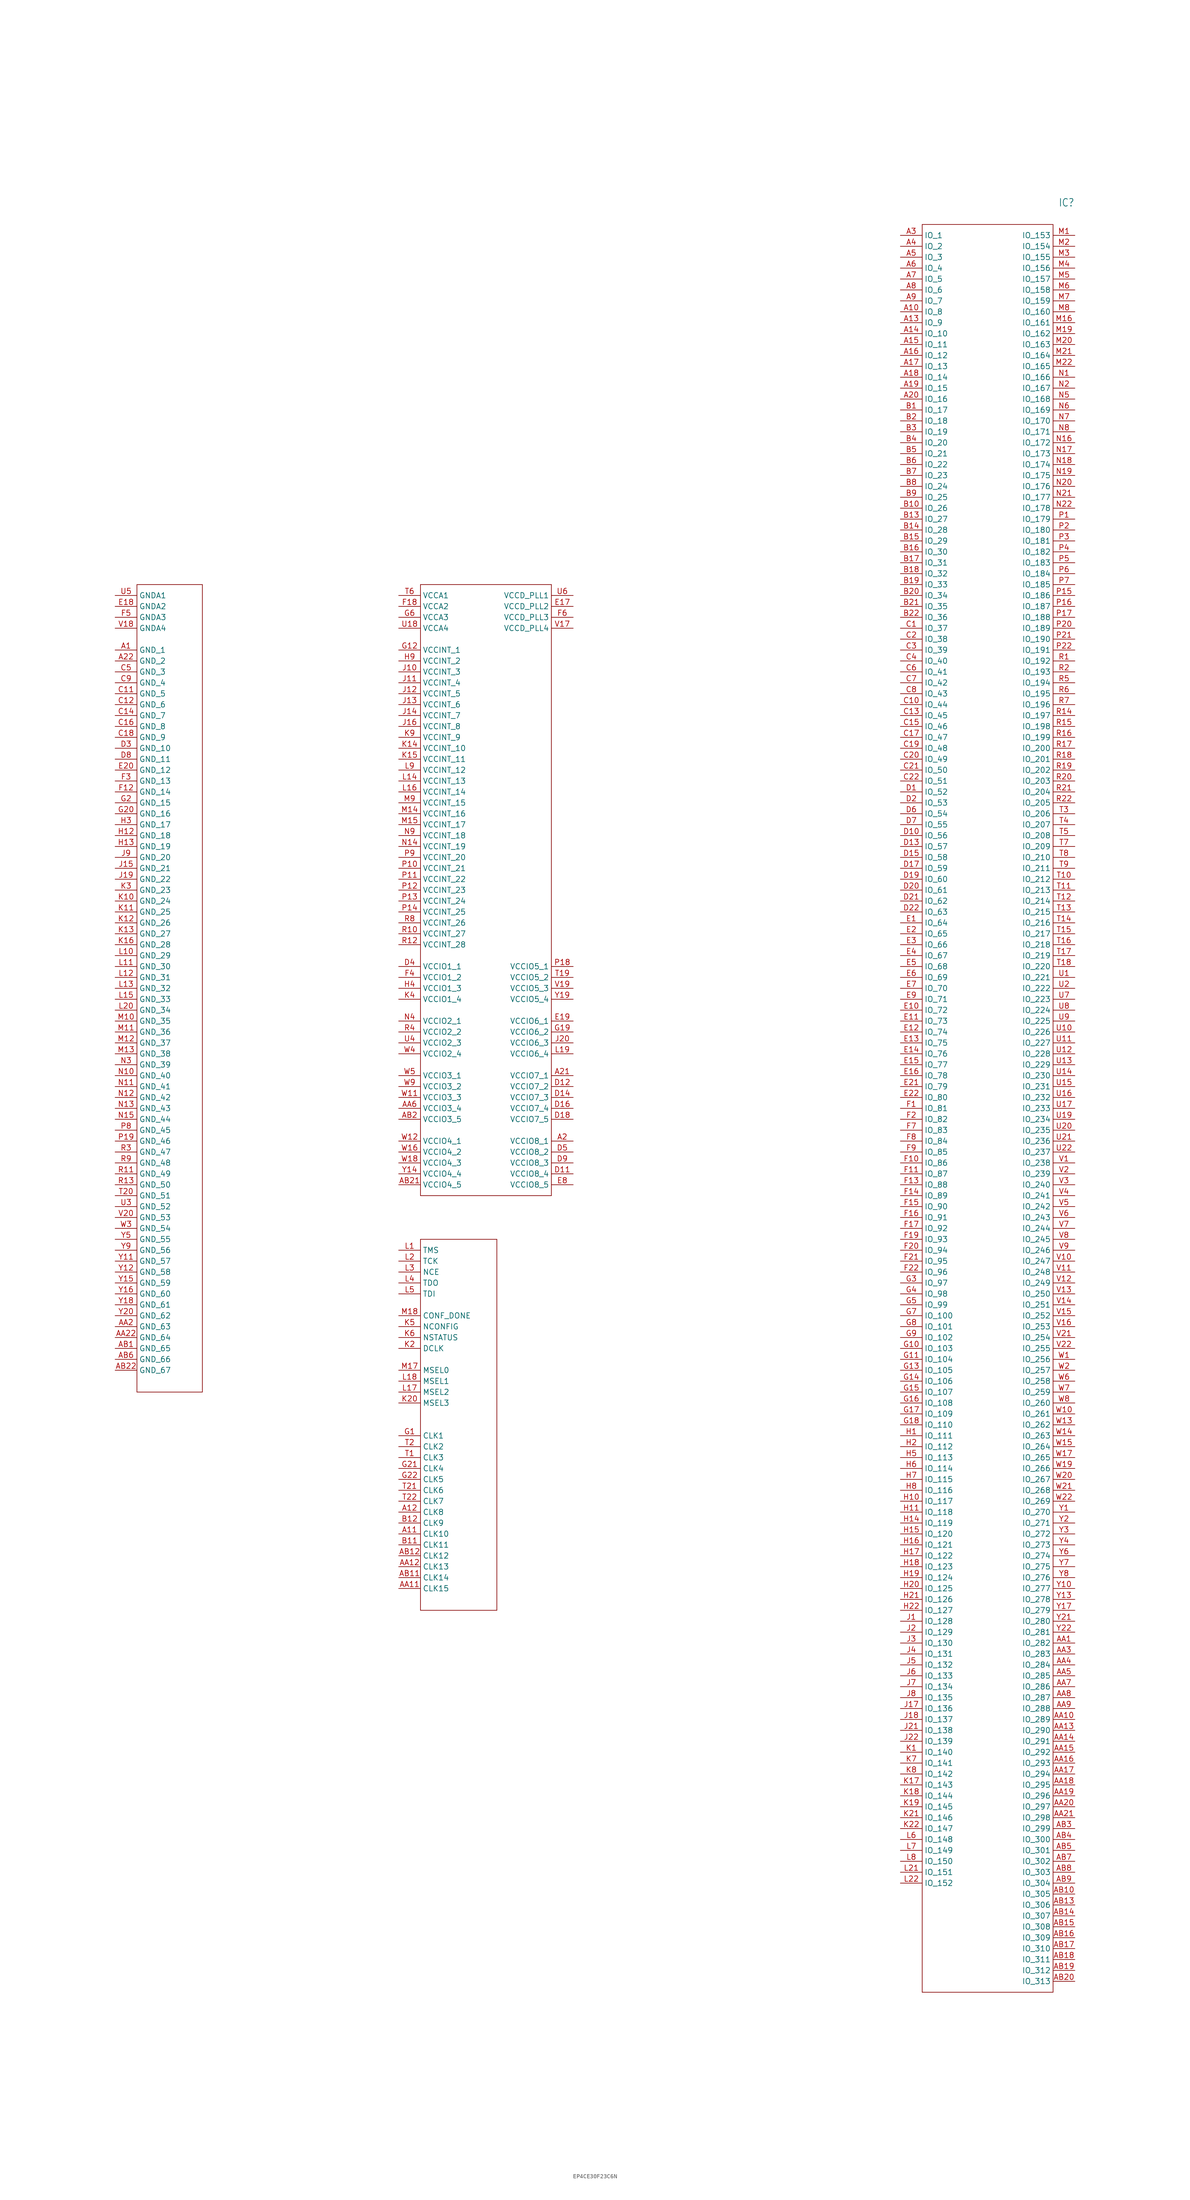
<source format=kicad_sym>
(kicad_symbol_lib
  (version 20231120)
  (generator "kicad_symbol_editor")
  (generator_version "8.0")
  (symbol "EP4CE30F23C6N"
    (property "Reference" "IC"
      (at 36.83 2.54 0)
      (effects (font (size 1.778 1.511)) (justify left)))
    (property "Value" ""
      (at 36.83 0 0)
      (effects (font (size 1.778 1.511)) (justify left)))
    (property "ki_locked" ""
      (at 0 0 0)
      (effects (font (size 1.27 1.27))))
    (symbol "EP4CE30F23C6N_1_0"
      (polyline (pts (xy -177.8 -274.32) (xy -162.56 -274.32)) (stroke (width 0.152) (type solid)) (fill (type none)))
      (polyline (pts (xy -177.8 -86.36) (xy -177.8 -274.32)) (stroke (width 0.152) (type solid)) (fill (type none)))
      (polyline (pts (xy -162.56 -274.32) (xy -162.56 -86.36)) (stroke (width 0.152) (type solid)) (fill (type none)))
      (polyline (pts (xy -162.56 -86.36) (xy -177.8 -86.36)) (stroke (width 0.152) (type solid)) (fill (type none)))
      (polyline (pts (xy -111.76 -325.12) (xy -93.98 -325.12)) (stroke (width 0.152) (type solid)) (fill (type none)))
      (polyline (pts (xy -111.76 -238.76) (xy -111.76 -325.12)) (stroke (width 0.152) (type solid)) (fill (type none)))
      (polyline (pts (xy -111.76 -228.6) (xy -111.76 -86.36)) (stroke (width 0.152) (type solid)) (fill (type none)))
      (polyline (pts (xy -111.76 -86.36) (xy -81.28 -86.36)) (stroke (width 0.152) (type solid)) (fill (type none)))
      (polyline (pts (xy -93.98 -325.12) (xy -93.98 -238.76)) (stroke (width 0.152) (type solid)) (fill (type none)))
      (polyline (pts (xy -93.98 -238.76) (xy -111.76 -238.76)) (stroke (width 0.152) (type solid)) (fill (type none)))
      (polyline (pts (xy -81.28 -228.6) (xy -111.76 -228.6)) (stroke (width 0.152) (type solid)) (fill (type none)))
      (polyline (pts (xy -81.28 -86.36) (xy -81.28 -228.6)) (stroke (width 0.152) (type solid)) (fill (type none)))
      (polyline (pts (xy 5.08 -414.02) (xy 5.08 -2.54)) (stroke (width 0.152) (type solid)) (fill (type none)))
      (polyline (pts (xy 5.08 -2.54) (xy 35.56 -2.54)) (stroke (width 0.152) (type solid)) (fill (type none)))
      (polyline (pts (xy 35.56 -414.02) (xy 5.08 -414.02)) (stroke (width 0.152) (type solid)) (fill (type none)))
      (polyline (pts (xy 35.56 -2.54) (xy 35.56 -414.02)) (stroke (width 0.152) (type solid)) (fill (type none)))
      (pin bidirectional line (at -182.88 -101.6 0) (length 5.08) (name "GND_1" (effects (font (size 1.27 1.27)))) (number "A1" (effects (font (size 1.27 1.27)))))
      (pin bidirectional line (at 0 -22.86 0) (length 5.08) (name "IO_8" (effects (font (size 1.27 1.27)))) (number "A10" (effects (font (size 1.27 1.27)))))
      (pin bidirectional line (at -116.84 -307.34 0) (length 5.08) (name "CLK10" (effects (font (size 1.27 1.27)))) (number "A11" (effects (font (size 1.27 1.27)))))
      (pin bidirectional line (at -116.84 -302.26 0) (length 5.08) (name "CLK8" (effects (font (size 1.27 1.27)))) (number "A12" (effects (font (size 1.27 1.27)))))
      (pin bidirectional line (at 0 -25.4 0) (length 5.08) (name "IO_9" (effects (font (size 1.27 1.27)))) (number "A13" (effects (font (size 1.27 1.27)))))
      (pin bidirectional line (at 0 -27.94 0) (length 5.08) (name "IO_10" (effects (font (size 1.27 1.27)))) (number "A14" (effects (font (size 1.27 1.27)))))
      (pin bidirectional line (at 0 -30.48 0) (length 5.08) (name "IO_11" (effects (font (size 1.27 1.27)))) (number "A15" (effects (font (size 1.27 1.27)))))
      (pin bidirectional line (at 0 -33.02 0) (length 5.08) (name "IO_12" (effects (font (size 1.27 1.27)))) (number "A16" (effects (font (size 1.27 1.27)))))
      (pin bidirectional line (at 0 -35.56 0) (length 5.08) (name "IO_13" (effects (font (size 1.27 1.27)))) (number "A17" (effects (font (size 1.27 1.27)))))
      (pin bidirectional line (at 0 -38.1 0) (length 5.08) (name "IO_14" (effects (font (size 1.27 1.27)))) (number "A18" (effects (font (size 1.27 1.27)))))
      (pin bidirectional line (at 0 -40.64 0) (length 5.08) (name "IO_15" (effects (font (size 1.27 1.27)))) (number "A19" (effects (font (size 1.27 1.27)))))
      (pin bidirectional line (at -76.2 -215.9 180) (length 5.08) (name "VCCIO8_1" (effects (font (size 1.27 1.27)))) (number "A2" (effects (font (size 1.27 1.27)))))
      (pin bidirectional line (at 0 -43.18 0) (length 5.08) (name "IO_16" (effects (font (size 1.27 1.27)))) (number "A20" (effects (font (size 1.27 1.27)))))
      (pin bidirectional line (at -76.2 -200.66 180) (length 5.08) (name "VCCIO7_1" (effects (font (size 1.27 1.27)))) (number "A21" (effects (font (size 1.27 1.27)))))
      (pin bidirectional line (at -182.88 -104.14 0) (length 5.08) (name "GND_2" (effects (font (size 1.27 1.27)))) (number "A22" (effects (font (size 1.27 1.27)))))
      (pin bidirectional line (at 0 -5.08 0) (length 5.08) (name "IO_1" (effects (font (size 1.27 1.27)))) (number "A3" (effects (font (size 1.27 1.27)))))
      (pin bidirectional line (at 0 -7.62 0) (length 5.08) (name "IO_2" (effects (font (size 1.27 1.27)))) (number "A4" (effects (font (size 1.27 1.27)))))
      (pin bidirectional line (at 0 -10.16 0) (length 5.08) (name "IO_3" (effects (font (size 1.27 1.27)))) (number "A5" (effects (font (size 1.27 1.27)))))
      (pin bidirectional line (at 0 -12.7 0) (length 5.08) (name "IO_4" (effects (font (size 1.27 1.27)))) (number "A6" (effects (font (size 1.27 1.27)))))
      (pin bidirectional line (at 0 -15.24 0) (length 5.08) (name "IO_5" (effects (font (size 1.27 1.27)))) (number "A7" (effects (font (size 1.27 1.27)))))
      (pin bidirectional line (at 0 -17.78 0) (length 5.08) (name "IO_6" (effects (font (size 1.27 1.27)))) (number "A8" (effects (font (size 1.27 1.27)))))
      (pin bidirectional line (at 0 -20.32 0) (length 5.08) (name "IO_7" (effects (font (size 1.27 1.27)))) (number "A9" (effects (font (size 1.27 1.27)))))
      (pin bidirectional line (at 40.64 -332.74 180) (length 5.08) (name "IO_282" (effects (font (size 1.27 1.27)))) (number "AA1" (effects (font (size 1.27 1.27)))))
      (pin bidirectional line (at 40.64 -350.52 180) (length 5.08) (name "IO_289" (effects (font (size 1.27 1.27)))) (number "AA10" (effects (font (size 1.27 1.27)))))
      (pin bidirectional line (at -116.84 -320.04 0) (length 5.08) (name "CLK15" (effects (font (size 1.27 1.27)))) (number "AA11" (effects (font (size 1.27 1.27)))))
      (pin bidirectional line (at -116.84 -314.96 0) (length 5.08) (name "CLK13" (effects (font (size 1.27 1.27)))) (number "AA12" (effects (font (size 1.27 1.27)))))
      (pin bidirectional line (at 40.64 -353.06 180) (length 5.08) (name "IO_290" (effects (font (size 1.27 1.27)))) (number "AA13" (effects (font (size 1.27 1.27)))))
      (pin bidirectional line (at 40.64 -355.6 180) (length 5.08) (name "IO_291" (effects (font (size 1.27 1.27)))) (number "AA14" (effects (font (size 1.27 1.27)))))
      (pin bidirectional line (at 40.64 -358.14 180) (length 5.08) (name "IO_292" (effects (font (size 1.27 1.27)))) (number "AA15" (effects (font (size 1.27 1.27)))))
      (pin bidirectional line (at 40.64 -360.68 180) (length 5.08) (name "IO_293" (effects (font (size 1.27 1.27)))) (number "AA16" (effects (font (size 1.27 1.27)))))
      (pin bidirectional line (at 40.64 -363.22 180) (length 5.08) (name "IO_294" (effects (font (size 1.27 1.27)))) (number "AA17" (effects (font (size 1.27 1.27)))))
      (pin bidirectional line (at 40.64 -365.76 180) (length 5.08) (name "IO_295" (effects (font (size 1.27 1.27)))) (number "AA18" (effects (font (size 1.27 1.27)))))
      (pin bidirectional line (at 40.64 -368.3 180) (length 5.08) (name "IO_296" (effects (font (size 1.27 1.27)))) (number "AA19" (effects (font (size 1.27 1.27)))))
      (pin bidirectional line (at -182.88 -259.08 0) (length 5.08) (name "GND_63" (effects (font (size 1.27 1.27)))) (number "AA2" (effects (font (size 1.27 1.27)))))
      (pin bidirectional line (at 40.64 -370.84 180) (length 5.08) (name "IO_297" (effects (font (size 1.27 1.27)))) (number "AA20" (effects (font (size 1.27 1.27)))))
      (pin bidirectional line (at 40.64 -373.38 180) (length 5.08) (name "IO_298" (effects (font (size 1.27 1.27)))) (number "AA21" (effects (font (size 1.27 1.27)))))
      (pin bidirectional line (at -182.88 -261.62 0) (length 5.08) (name "GND_64" (effects (font (size 1.27 1.27)))) (number "AA22" (effects (font (size 1.27 1.27)))))
      (pin bidirectional line (at 40.64 -335.28 180) (length 5.08) (name "IO_283" (effects (font (size 1.27 1.27)))) (number "AA3" (effects (font (size 1.27 1.27)))))
      (pin bidirectional line (at 40.64 -337.82 180) (length 5.08) (name "IO_284" (effects (font (size 1.27 1.27)))) (number "AA4" (effects (font (size 1.27 1.27)))))
      (pin bidirectional line (at 40.64 -340.36 180) (length 5.08) (name "IO_285" (effects (font (size 1.27 1.27)))) (number "AA5" (effects (font (size 1.27 1.27)))))
      (pin bidirectional line (at -116.84 -208.28 0) (length 5.08) (name "VCCIO3_4" (effects (font (size 1.27 1.27)))) (number "AA6" (effects (font (size 1.27 1.27)))))
      (pin bidirectional line (at 40.64 -342.9 180) (length 5.08) (name "IO_286" (effects (font (size 1.27 1.27)))) (number "AA7" (effects (font (size 1.27 1.27)))))
      (pin bidirectional line (at 40.64 -345.44 180) (length 5.08) (name "IO_287" (effects (font (size 1.27 1.27)))) (number "AA8" (effects (font (size 1.27 1.27)))))
      (pin bidirectional line (at 40.64 -347.98 180) (length 5.08) (name "IO_288" (effects (font (size 1.27 1.27)))) (number "AA9" (effects (font (size 1.27 1.27)))))
      (pin bidirectional line (at -182.88 -264.16 0) (length 5.08) (name "GND_65" (effects (font (size 1.27 1.27)))) (number "AB1" (effects (font (size 1.27 1.27)))))
      (pin bidirectional line (at 40.64 -391.16 180) (length 5.08) (name "IO_305" (effects (font (size 1.27 1.27)))) (number "AB10" (effects (font (size 1.27 1.27)))))
      (pin bidirectional line (at -116.84 -317.5 0) (length 5.08) (name "CLK14" (effects (font (size 1.27 1.27)))) (number "AB11" (effects (font (size 1.27 1.27)))))
      (pin bidirectional line (at -116.84 -312.42 0) (length 5.08) (name "CLK12" (effects (font (size 1.27 1.27)))) (number "AB12" (effects (font (size 1.27 1.27)))))
      (pin bidirectional line (at 40.64 -393.7 180) (length 5.08) (name "IO_306" (effects (font (size 1.27 1.27)))) (number "AB13" (effects (font (size 1.27 1.27)))))
      (pin bidirectional line (at 40.64 -396.24 180) (length 5.08) (name "IO_307" (effects (font (size 1.27 1.27)))) (number "AB14" (effects (font (size 1.27 1.27)))))
      (pin bidirectional line (at 40.64 -398.78 180) (length 5.08) (name "IO_308" (effects (font (size 1.27 1.27)))) (number "AB15" (effects (font (size 1.27 1.27)))))
      (pin bidirectional line (at 40.64 -401.32 180) (length 5.08) (name "IO_309" (effects (font (size 1.27 1.27)))) (number "AB16" (effects (font (size 1.27 1.27)))))
      (pin bidirectional line (at 40.64 -403.86 180) (length 5.08) (name "IO_310" (effects (font (size 1.27 1.27)))) (number "AB17" (effects (font (size 1.27 1.27)))))
      (pin bidirectional line (at 40.64 -406.4 180) (length 5.08) (name "IO_311" (effects (font (size 1.27 1.27)))) (number "AB18" (effects (font (size 1.27 1.27)))))
      (pin bidirectional line (at 40.64 -408.94 180) (length 5.08) (name "IO_312" (effects (font (size 1.27 1.27)))) (number "AB19" (effects (font (size 1.27 1.27)))))
      (pin bidirectional line (at -116.84 -210.82 0) (length 5.08) (name "VCCIO3_5" (effects (font (size 1.27 1.27)))) (number "AB2" (effects (font (size 1.27 1.27)))))
      (pin bidirectional line (at 40.64 -411.48 180) (length 5.08) (name "IO_313" (effects (font (size 1.27 1.27)))) (number "AB20" (effects (font (size 1.27 1.27)))))
      (pin bidirectional line (at -116.84 -226.06 0) (length 5.08) (name "VCCIO4_5" (effects (font (size 1.27 1.27)))) (number "AB21" (effects (font (size 1.27 1.27)))))
      (pin bidirectional line (at -182.88 -269.24 0) (length 5.08) (name "GND_67" (effects (font (size 1.27 1.27)))) (number "AB22" (effects (font (size 1.27 1.27)))))
      (pin bidirectional line (at 40.64 -375.92 180) (length 5.08) (name "IO_299" (effects (font (size 1.27 1.27)))) (number "AB3" (effects (font (size 1.27 1.27)))))
      (pin bidirectional line (at 40.64 -378.46 180) (length 5.08) (name "IO_300" (effects (font (size 1.27 1.27)))) (number "AB4" (effects (font (size 1.27 1.27)))))
      (pin bidirectional line (at 40.64 -381 180) (length 5.08) (name "IO_301" (effects (font (size 1.27 1.27)))) (number "AB5" (effects (font (size 1.27 1.27)))))
      (pin bidirectional line (at -182.88 -266.7 0) (length 5.08) (name "GND_66" (effects (font (size 1.27 1.27)))) (number "AB6" (effects (font (size 1.27 1.27)))))
      (pin bidirectional line (at 40.64 -383.54 180) (length 5.08) (name "IO_302" (effects (font (size 1.27 1.27)))) (number "AB7" (effects (font (size 1.27 1.27)))))
      (pin bidirectional line (at 40.64 -386.08 180) (length 5.08) (name "IO_303" (effects (font (size 1.27 1.27)))) (number "AB8" (effects (font (size 1.27 1.27)))))
      (pin bidirectional line (at 40.64 -388.62 180) (length 5.08) (name "IO_304" (effects (font (size 1.27 1.27)))) (number "AB9" (effects (font (size 1.27 1.27)))))
      (pin bidirectional line (at 0 -45.72 0) (length 5.08) (name "IO_17" (effects (font (size 1.27 1.27)))) (number "B1" (effects (font (size 1.27 1.27)))))
      (pin bidirectional line (at 0 -68.58 0) (length 5.08) (name "IO_26" (effects (font (size 1.27 1.27)))) (number "B10" (effects (font (size 1.27 1.27)))))
      (pin bidirectional line (at -116.84 -309.88 0) (length 5.08) (name "CLK11" (effects (font (size 1.27 1.27)))) (number "B11" (effects (font (size 1.27 1.27)))))
      (pin bidirectional line (at -116.84 -304.8 0) (length 5.08) (name "CLK9" (effects (font (size 1.27 1.27)))) (number "B12" (effects (font (size 1.27 1.27)))))
      (pin bidirectional line (at 0 -71.12 0) (length 5.08) (name "IO_27" (effects (font (size 1.27 1.27)))) (number "B13" (effects (font (size 1.27 1.27)))))
      (pin bidirectional line (at 0 -73.66 0) (length 5.08) (name "IO_28" (effects (font (size 1.27 1.27)))) (number "B14" (effects (font (size 1.27 1.27)))))
      (pin bidirectional line (at 0 -76.2 0) (length 5.08) (name "IO_29" (effects (font (size 1.27 1.27)))) (number "B15" (effects (font (size 1.27 1.27)))))
      (pin bidirectional line (at 0 -78.74 0) (length 5.08) (name "IO_30" (effects (font (size 1.27 1.27)))) (number "B16" (effects (font (size 1.27 1.27)))))
      (pin bidirectional line (at 0 -81.28 0) (length 5.08) (name "IO_31" (effects (font (size 1.27 1.27)))) (number "B17" (effects (font (size 1.27 1.27)))))
      (pin bidirectional line (at 0 -83.82 0) (length 5.08) (name "IO_32" (effects (font (size 1.27 1.27)))) (number "B18" (effects (font (size 1.27 1.27)))))
      (pin bidirectional line (at 0 -86.36 0) (length 5.08) (name "IO_33" (effects (font (size 1.27 1.27)))) (number "B19" (effects (font (size 1.27 1.27)))))
      (pin bidirectional line (at 0 -48.26 0) (length 5.08) (name "IO_18" (effects (font (size 1.27 1.27)))) (number "B2" (effects (font (size 1.27 1.27)))))
      (pin bidirectional line (at 0 -88.9 0) (length 5.08) (name "IO_34" (effects (font (size 1.27 1.27)))) (number "B20" (effects (font (size 1.27 1.27)))))
      (pin bidirectional line (at 0 -91.44 0) (length 5.08) (name "IO_35" (effects (font (size 1.27 1.27)))) (number "B21" (effects (font (size 1.27 1.27)))))
      (pin bidirectional line (at 0 -93.98 0) (length 5.08) (name "IO_36" (effects (font (size 1.27 1.27)))) (number "B22" (effects (font (size 1.27 1.27)))))
      (pin bidirectional line (at 0 -50.8 0) (length 5.08) (name "IO_19" (effects (font (size 1.27 1.27)))) (number "B3" (effects (font (size 1.27 1.27)))))
      (pin bidirectional line (at 0 -53.34 0) (length 5.08) (name "IO_20" (effects (font (size 1.27 1.27)))) (number "B4" (effects (font (size 1.27 1.27)))))
      (pin bidirectional line (at 0 -55.88 0) (length 5.08) (name "IO_21" (effects (font (size 1.27 1.27)))) (number "B5" (effects (font (size 1.27 1.27)))))
      (pin bidirectional line (at 0 -58.42 0) (length 5.08) (name "IO_22" (effects (font (size 1.27 1.27)))) (number "B6" (effects (font (size 1.27 1.27)))))
      (pin bidirectional line (at 0 -60.96 0) (length 5.08) (name "IO_23" (effects (font (size 1.27 1.27)))) (number "B7" (effects (font (size 1.27 1.27)))))
      (pin bidirectional line (at 0 -63.5 0) (length 5.08) (name "IO_24" (effects (font (size 1.27 1.27)))) (number "B8" (effects (font (size 1.27 1.27)))))
      (pin bidirectional line (at 0 -66.04 0) (length 5.08) (name "IO_25" (effects (font (size 1.27 1.27)))) (number "B9" (effects (font (size 1.27 1.27)))))
      (pin bidirectional line (at 0 -96.52 0) (length 5.08) (name "IO_37" (effects (font (size 1.27 1.27)))) (number "C1" (effects (font (size 1.27 1.27)))))
      (pin bidirectional line (at 0 -114.3 0) (length 5.08) (name "IO_44" (effects (font (size 1.27 1.27)))) (number "C10" (effects (font (size 1.27 1.27)))))
      (pin bidirectional line (at -182.88 -111.76 0) (length 5.08) (name "GND_5" (effects (font (size 1.27 1.27)))) (number "C11" (effects (font (size 1.27 1.27)))))
      (pin bidirectional line (at -182.88 -114.3 0) (length 5.08) (name "GND_6" (effects (font (size 1.27 1.27)))) (number "C12" (effects (font (size 1.27 1.27)))))
      (pin bidirectional line (at 0 -116.84 0) (length 5.08) (name "IO_45" (effects (font (size 1.27 1.27)))) (number "C13" (effects (font (size 1.27 1.27)))))
      (pin bidirectional line (at -182.88 -116.84 0) (length 5.08) (name "GND_7" (effects (font (size 1.27 1.27)))) (number "C14" (effects (font (size 1.27 1.27)))))
      (pin bidirectional line (at 0 -119.38 0) (length 5.08) (name "IO_46" (effects (font (size 1.27 1.27)))) (number "C15" (effects (font (size 1.27 1.27)))))
      (pin bidirectional line (at -182.88 -119.38 0) (length 5.08) (name "GND_8" (effects (font (size 1.27 1.27)))) (number "C16" (effects (font (size 1.27 1.27)))))
      (pin bidirectional line (at 0 -121.92 0) (length 5.08) (name "IO_47" (effects (font (size 1.27 1.27)))) (number "C17" (effects (font (size 1.27 1.27)))))
      (pin bidirectional line (at -182.88 -121.92 0) (length 5.08) (name "GND_9" (effects (font (size 1.27 1.27)))) (number "C18" (effects (font (size 1.27 1.27)))))
      (pin bidirectional line (at 0 -124.46 0) (length 5.08) (name "IO_48" (effects (font (size 1.27 1.27)))) (number "C19" (effects (font (size 1.27 1.27)))))
      (pin bidirectional line (at 0 -99.06 0) (length 5.08) (name "IO_38" (effects (font (size 1.27 1.27)))) (number "C2" (effects (font (size 1.27 1.27)))))
      (pin bidirectional line (at 0 -127 0) (length 5.08) (name "IO_49" (effects (font (size 1.27 1.27)))) (number "C20" (effects (font (size 1.27 1.27)))))
      (pin bidirectional line (at 0 -129.54 0) (length 5.08) (name "IO_50" (effects (font (size 1.27 1.27)))) (number "C21" (effects (font (size 1.27 1.27)))))
      (pin bidirectional line (at 0 -132.08 0) (length 5.08) (name "IO_51" (effects (font (size 1.27 1.27)))) (number "C22" (effects (font (size 1.27 1.27)))))
      (pin bidirectional line (at 0 -101.6 0) (length 5.08) (name "IO_39" (effects (font (size 1.27 1.27)))) (number "C3" (effects (font (size 1.27 1.27)))))
      (pin bidirectional line (at 0 -104.14 0) (length 5.08) (name "IO_40" (effects (font (size 1.27 1.27)))) (number "C4" (effects (font (size 1.27 1.27)))))
      (pin bidirectional line (at -182.88 -106.68 0) (length 5.08) (name "GND_3" (effects (font (size 1.27 1.27)))) (number "C5" (effects (font (size 1.27 1.27)))))
      (pin bidirectional line (at 0 -106.68 0) (length 5.08) (name "IO_41" (effects (font (size 1.27 1.27)))) (number "C6" (effects (font (size 1.27 1.27)))))
      (pin bidirectional line (at 0 -109.22 0) (length 5.08) (name "IO_42" (effects (font (size 1.27 1.27)))) (number "C7" (effects (font (size 1.27 1.27)))))
      (pin bidirectional line (at 0 -111.76 0) (length 5.08) (name "IO_43" (effects (font (size 1.27 1.27)))) (number "C8" (effects (font (size 1.27 1.27)))))
      (pin bidirectional line (at -182.88 -109.22 0) (length 5.08) (name "GND_4" (effects (font (size 1.27 1.27)))) (number "C9" (effects (font (size 1.27 1.27)))))
      (pin bidirectional line (at 0 -134.62 0) (length 5.08) (name "IO_52" (effects (font (size 1.27 1.27)))) (number "D1" (effects (font (size 1.27 1.27)))))
      (pin bidirectional line (at 0 -144.78 0) (length 5.08) (name "IO_56" (effects (font (size 1.27 1.27)))) (number "D10" (effects (font (size 1.27 1.27)))))
      (pin bidirectional line (at -76.2 -223.52 180) (length 5.08) (name "VCCIO8_4" (effects (font (size 1.27 1.27)))) (number "D11" (effects (font (size 1.27 1.27)))))
      (pin bidirectional line (at -76.2 -203.2 180) (length 5.08) (name "VCCIO7_2" (effects (font (size 1.27 1.27)))) (number "D12" (effects (font (size 1.27 1.27)))))
      (pin bidirectional line (at 0 -147.32 0) (length 5.08) (name "IO_57" (effects (font (size 1.27 1.27)))) (number "D13" (effects (font (size 1.27 1.27)))))
      (pin bidirectional line (at -76.2 -205.74 180) (length 5.08) (name "VCCIO7_3" (effects (font (size 1.27 1.27)))) (number "D14" (effects (font (size 1.27 1.27)))))
      (pin bidirectional line (at 0 -149.86 0) (length 5.08) (name "IO_58" (effects (font (size 1.27 1.27)))) (number "D15" (effects (font (size 1.27 1.27)))))
      (pin bidirectional line (at -76.2 -208.28 180) (length 5.08) (name "VCCIO7_4" (effects (font (size 1.27 1.27)))) (number "D16" (effects (font (size 1.27 1.27)))))
      (pin bidirectional line (at 0 -152.4 0) (length 5.08) (name "IO_59" (effects (font (size 1.27 1.27)))) (number "D17" (effects (font (size 1.27 1.27)))))
      (pin bidirectional line (at -76.2 -210.82 180) (length 5.08) (name "VCCIO7_5" (effects (font (size 1.27 1.27)))) (number "D18" (effects (font (size 1.27 1.27)))))
      (pin bidirectional line (at 0 -154.94 0) (length 5.08) (name "IO_60" (effects (font (size 1.27 1.27)))) (number "D19" (effects (font (size 1.27 1.27)))))
      (pin bidirectional line (at 0 -137.16 0) (length 5.08) (name "IO_53" (effects (font (size 1.27 1.27)))) (number "D2" (effects (font (size 1.27 1.27)))))
      (pin bidirectional line (at 0 -157.48 0) (length 5.08) (name "IO_61" (effects (font (size 1.27 1.27)))) (number "D20" (effects (font (size 1.27 1.27)))))
      (pin bidirectional line (at 0 -160.02 0) (length 5.08) (name "IO_62" (effects (font (size 1.27 1.27)))) (number "D21" (effects (font (size 1.27 1.27)))))
      (pin bidirectional line (at 0 -162.56 0) (length 5.08) (name "IO_63" (effects (font (size 1.27 1.27)))) (number "D22" (effects (font (size 1.27 1.27)))))
      (pin bidirectional line (at -182.88 -124.46 0) (length 5.08) (name "GND_10" (effects (font (size 1.27 1.27)))) (number "D3" (effects (font (size 1.27 1.27)))))
      (pin bidirectional line (at -116.84 -175.26 0) (length 5.08) (name "VCCIO1_1" (effects (font (size 1.27 1.27)))) (number "D4" (effects (font (size 1.27 1.27)))))
      (pin bidirectional line (at -76.2 -218.44 180) (length 5.08) (name "VCCIO8_2" (effects (font (size 1.27 1.27)))) (number "D5" (effects (font (size 1.27 1.27)))))
      (pin bidirectional line (at 0 -139.7 0) (length 5.08) (name "IO_54" (effects (font (size 1.27 1.27)))) (number "D6" (effects (font (size 1.27 1.27)))))
      (pin bidirectional line (at 0 -142.24 0) (length 5.08) (name "IO_55" (effects (font (size 1.27 1.27)))) (number "D7" (effects (font (size 1.27 1.27)))))
      (pin bidirectional line (at -182.88 -127 0) (length 5.08) (name "GND_11" (effects (font (size 1.27 1.27)))) (number "D8" (effects (font (size 1.27 1.27)))))
      (pin bidirectional line (at -76.2 -220.98 180) (length 5.08) (name "VCCIO8_3" (effects (font (size 1.27 1.27)))) (number "D9" (effects (font (size 1.27 1.27)))))
      (pin bidirectional line (at 0 -165.1 0) (length 5.08) (name "IO_64" (effects (font (size 1.27 1.27)))) (number "E1" (effects (font (size 1.27 1.27)))))
      (pin bidirectional line (at 0 -185.42 0) (length 5.08) (name "IO_72" (effects (font (size 1.27 1.27)))) (number "E10" (effects (font (size 1.27 1.27)))))
      (pin bidirectional line (at 0 -187.96 0) (length 5.08) (name "IO_73" (effects (font (size 1.27 1.27)))) (number "E11" (effects (font (size 1.27 1.27)))))
      (pin bidirectional line (at 0 -190.5 0) (length 5.08) (name "IO_74" (effects (font (size 1.27 1.27)))) (number "E12" (effects (font (size 1.27 1.27)))))
      (pin bidirectional line (at 0 -193.04 0) (length 5.08) (name "IO_75" (effects (font (size 1.27 1.27)))) (number "E13" (effects (font (size 1.27 1.27)))))
      (pin bidirectional line (at 0 -195.58 0) (length 5.08) (name "IO_76" (effects (font (size 1.27 1.27)))) (number "E14" (effects (font (size 1.27 1.27)))))
      (pin bidirectional line (at 0 -198.12 0) (length 5.08) (name "IO_77" (effects (font (size 1.27 1.27)))) (number "E15" (effects (font (size 1.27 1.27)))))
      (pin bidirectional line (at 0 -200.66 0) (length 5.08) (name "IO_78" (effects (font (size 1.27 1.27)))) (number "E16" (effects (font (size 1.27 1.27)))))
      (pin bidirectional line (at -76.2 -91.44 180) (length 5.08) (name "VCCD_PLL2" (effects (font (size 1.27 1.27)))) (number "E17" (effects (font (size 1.27 1.27)))))
      (pin bidirectional line (at -182.88 -91.44 0) (length 5.08) (name "GNDA2" (effects (font (size 1.27 1.27)))) (number "E18" (effects (font (size 1.27 1.27)))))
      (pin bidirectional line (at -76.2 -187.96 180) (length 5.08) (name "VCCIO6_1" (effects (font (size 1.27 1.27)))) (number "E19" (effects (font (size 1.27 1.27)))))
      (pin bidirectional line (at 0 -167.64 0) (length 5.08) (name "IO_65" (effects (font (size 1.27 1.27)))) (number "E2" (effects (font (size 1.27 1.27)))))
      (pin bidirectional line (at -182.88 -129.54 0) (length 5.08) (name "GND_12" (effects (font (size 1.27 1.27)))) (number "E20" (effects (font (size 1.27 1.27)))))
      (pin bidirectional line (at 0 -203.2 0) (length 5.08) (name "IO_79" (effects (font (size 1.27 1.27)))) (number "E21" (effects (font (size 1.27 1.27)))))
      (pin bidirectional line (at 0 -205.74 0) (length 5.08) (name "IO_80" (effects (font (size 1.27 1.27)))) (number "E22" (effects (font (size 1.27 1.27)))))
      (pin bidirectional line (at 0 -170.18 0) (length 5.08) (name "IO_66" (effects (font (size 1.27 1.27)))) (number "E3" (effects (font (size 1.27 1.27)))))
      (pin bidirectional line (at 0 -172.72 0) (length 5.08) (name "IO_67" (effects (font (size 1.27 1.27)))) (number "E4" (effects (font (size 1.27 1.27)))))
      (pin bidirectional line (at 0 -175.26 0) (length 5.08) (name "IO_68" (effects (font (size 1.27 1.27)))) (number "E5" (effects (font (size 1.27 1.27)))))
      (pin bidirectional line (at 0 -177.8 0) (length 5.08) (name "IO_69" (effects (font (size 1.27 1.27)))) (number "E6" (effects (font (size 1.27 1.27)))))
      (pin bidirectional line (at 0 -180.34 0) (length 5.08) (name "IO_70" (effects (font (size 1.27 1.27)))) (number "E7" (effects (font (size 1.27 1.27)))))
      (pin bidirectional line (at -76.2 -226.06 180) (length 5.08) (name "VCCIO8_5" (effects (font (size 1.27 1.27)))) (number "E8" (effects (font (size 1.27 1.27)))))
      (pin bidirectional line (at 0 -182.88 0) (length 5.08) (name "IO_71" (effects (font (size 1.27 1.27)))) (number "E9" (effects (font (size 1.27 1.27)))))
      (pin bidirectional line (at 0 -208.28 0) (length 5.08) (name "IO_81" (effects (font (size 1.27 1.27)))) (number "F1" (effects (font (size 1.27 1.27)))))
      (pin bidirectional line (at 0 -220.98 0) (length 5.08) (name "IO_86" (effects (font (size 1.27 1.27)))) (number "F10" (effects (font (size 1.27 1.27)))))
      (pin bidirectional line (at 0 -223.52 0) (length 5.08) (name "IO_87" (effects (font (size 1.27 1.27)))) (number "F11" (effects (font (size 1.27 1.27)))))
      (pin bidirectional line (at -182.88 -134.62 0) (length 5.08) (name "GND_14" (effects (font (size 1.27 1.27)))) (number "F12" (effects (font (size 1.27 1.27)))))
      (pin bidirectional line (at 0 -226.06 0) (length 5.08) (name "IO_88" (effects (font (size 1.27 1.27)))) (number "F13" (effects (font (size 1.27 1.27)))))
      (pin bidirectional line (at 0 -228.6 0) (length 5.08) (name "IO_89" (effects (font (size 1.27 1.27)))) (number "F14" (effects (font (size 1.27 1.27)))))
      (pin bidirectional line (at 0 -231.14 0) (length 5.08) (name "IO_90" (effects (font (size 1.27 1.27)))) (number "F15" (effects (font (size 1.27 1.27)))))
      (pin bidirectional line (at 0 -233.68 0) (length 5.08) (name "IO_91" (effects (font (size 1.27 1.27)))) (number "F16" (effects (font (size 1.27 1.27)))))
      (pin bidirectional line (at 0 -236.22 0) (length 5.08) (name "IO_92" (effects (font (size 1.27 1.27)))) (number "F17" (effects (font (size 1.27 1.27)))))
      (pin bidirectional line (at -116.84 -91.44 0) (length 5.08) (name "VCCA2" (effects (font (size 1.27 1.27)))) (number "F18" (effects (font (size 1.27 1.27)))))
      (pin bidirectional line (at 0 -238.76 0) (length 5.08) (name "IO_93" (effects (font (size 1.27 1.27)))) (number "F19" (effects (font (size 1.27 1.27)))))
      (pin bidirectional line (at 0 -210.82 0) (length 5.08) (name "IO_82" (effects (font (size 1.27 1.27)))) (number "F2" (effects (font (size 1.27 1.27)))))
      (pin bidirectional line (at 0 -241.3 0) (length 5.08) (name "IO_94" (effects (font (size 1.27 1.27)))) (number "F20" (effects (font (size 1.27 1.27)))))
      (pin bidirectional line (at 0 -243.84 0) (length 5.08) (name "IO_95" (effects (font (size 1.27 1.27)))) (number "F21" (effects (font (size 1.27 1.27)))))
      (pin bidirectional line (at 0 -246.38 0) (length 5.08) (name "IO_96" (effects (font (size 1.27 1.27)))) (number "F22" (effects (font (size 1.27 1.27)))))
      (pin bidirectional line (at -182.88 -132.08 0) (length 5.08) (name "GND_13" (effects (font (size 1.27 1.27)))) (number "F3" (effects (font (size 1.27 1.27)))))
      (pin bidirectional line (at -116.84 -177.8 0) (length 5.08) (name "VCCIO1_2" (effects (font (size 1.27 1.27)))) (number "F4" (effects (font (size 1.27 1.27)))))
      (pin bidirectional line (at -182.88 -93.98 0) (length 5.08) (name "GNDA3" (effects (font (size 1.27 1.27)))) (number "F5" (effects (font (size 1.27 1.27)))))
      (pin bidirectional line (at -76.2 -93.98 180) (length 5.08) (name "VCCD_PLL3" (effects (font (size 1.27 1.27)))) (number "F6" (effects (font (size 1.27 1.27)))))
      (pin bidirectional line (at 0 -213.36 0) (length 5.08) (name "IO_83" (effects (font (size 1.27 1.27)))) (number "F7" (effects (font (size 1.27 1.27)))))
      (pin bidirectional line (at 0 -215.9 0) (length 5.08) (name "IO_84" (effects (font (size 1.27 1.27)))) (number "F8" (effects (font (size 1.27 1.27)))))
      (pin bidirectional line (at 0 -218.44 0) (length 5.08) (name "IO_85" (effects (font (size 1.27 1.27)))) (number "F9" (effects (font (size 1.27 1.27)))))
      (pin bidirectional line (at -116.84 -284.48 0) (length 5.08) (name "CLK1" (effects (font (size 1.27 1.27)))) (number "G1" (effects (font (size 1.27 1.27)))))
      (pin bidirectional line (at 0 -264.16 0) (length 5.08) (name "IO_103" (effects (font (size 1.27 1.27)))) (number "G10" (effects (font (size 1.27 1.27)))))
      (pin bidirectional line (at 0 -266.7 0) (length 5.08) (name "IO_104" (effects (font (size 1.27 1.27)))) (number "G11" (effects (font (size 1.27 1.27)))))
      (pin bidirectional line (at -116.84 -101.6 0) (length 5.08) (name "VCCINT_1" (effects (font (size 1.27 1.27)))) (number "G12" (effects (font (size 1.27 1.27)))))
      (pin bidirectional line (at 0 -269.24 0) (length 5.08) (name "IO_105" (effects (font (size 1.27 1.27)))) (number "G13" (effects (font (size 1.27 1.27)))))
      (pin bidirectional line (at 0 -271.78 0) (length 5.08) (name "IO_106" (effects (font (size 1.27 1.27)))) (number "G14" (effects (font (size 1.27 1.27)))))
      (pin bidirectional line (at 0 -274.32 0) (length 5.08) (name "IO_107" (effects (font (size 1.27 1.27)))) (number "G15" (effects (font (size 1.27 1.27)))))
      (pin bidirectional line (at 0 -276.86 0) (length 5.08) (name "IO_108" (effects (font (size 1.27 1.27)))) (number "G16" (effects (font (size 1.27 1.27)))))
      (pin bidirectional line (at 0 -279.4 0) (length 5.08) (name "IO_109" (effects (font (size 1.27 1.27)))) (number "G17" (effects (font (size 1.27 1.27)))))
      (pin bidirectional line (at 0 -281.94 0) (length 5.08) (name "IO_110" (effects (font (size 1.27 1.27)))) (number "G18" (effects (font (size 1.27 1.27)))))
      (pin bidirectional line (at -76.2 -190.5 180) (length 5.08) (name "VCCIO6_2" (effects (font (size 1.27 1.27)))) (number "G19" (effects (font (size 1.27 1.27)))))
      (pin bidirectional line (at -182.88 -137.16 0) (length 5.08) (name "GND_15" (effects (font (size 1.27 1.27)))) (number "G2" (effects (font (size 1.27 1.27)))))
      (pin bidirectional line (at -182.88 -139.7 0) (length 5.08) (name "GND_16" (effects (font (size 1.27 1.27)))) (number "G20" (effects (font (size 1.27 1.27)))))
      (pin bidirectional line (at -116.84 -292.1 0) (length 5.08) (name "CLK4" (effects (font (size 1.27 1.27)))) (number "G21" (effects (font (size 1.27 1.27)))))
      (pin bidirectional line (at -116.84 -294.64 0) (length 5.08) (name "CLK5" (effects (font (size 1.27 1.27)))) (number "G22" (effects (font (size 1.27 1.27)))))
      (pin bidirectional line (at 0 -248.92 0) (length 5.08) (name "IO_97" (effects (font (size 1.27 1.27)))) (number "G3" (effects (font (size 1.27 1.27)))))
      (pin bidirectional line (at 0 -251.46 0) (length 5.08) (name "IO_98" (effects (font (size 1.27 1.27)))) (number "G4" (effects (font (size 1.27 1.27)))))
      (pin bidirectional line (at 0 -254 0) (length 5.08) (name "IO_99" (effects (font (size 1.27 1.27)))) (number "G5" (effects (font (size 1.27 1.27)))))
      (pin bidirectional line (at -116.84 -93.98 0) (length 5.08) (name "VCCA3" (effects (font (size 1.27 1.27)))) (number "G6" (effects (font (size 1.27 1.27)))))
      (pin bidirectional line (at 0 -256.54 0) (length 5.08) (name "IO_100" (effects (font (size 1.27 1.27)))) (number "G7" (effects (font (size 1.27 1.27)))))
      (pin bidirectional line (at 0 -259.08 0) (length 5.08) (name "IO_101" (effects (font (size 1.27 1.27)))) (number "G8" (effects (font (size 1.27 1.27)))))
      (pin bidirectional line (at 0 -261.62 0) (length 5.08) (name "IO_102" (effects (font (size 1.27 1.27)))) (number "G9" (effects (font (size 1.27 1.27)))))
      (pin bidirectional line (at 0 -284.48 0) (length 5.08) (name "IO_111" (effects (font (size 1.27 1.27)))) (number "H1" (effects (font (size 1.27 1.27)))))
      (pin bidirectional line (at 0 -299.72 0) (length 5.08) (name "IO_117" (effects (font (size 1.27 1.27)))) (number "H10" (effects (font (size 1.27 1.27)))))
      (pin bidirectional line (at 0 -302.26 0) (length 5.08) (name "IO_118" (effects (font (size 1.27 1.27)))) (number "H11" (effects (font (size 1.27 1.27)))))
      (pin bidirectional line (at -182.88 -144.78 0) (length 5.08) (name "GND_18" (effects (font (size 1.27 1.27)))) (number "H12" (effects (font (size 1.27 1.27)))))
      (pin bidirectional line (at -182.88 -147.32 0) (length 5.08) (name "GND_19" (effects (font (size 1.27 1.27)))) (number "H13" (effects (font (size 1.27 1.27)))))
      (pin bidirectional line (at 0 -304.8 0) (length 5.08) (name "IO_119" (effects (font (size 1.27 1.27)))) (number "H14" (effects (font (size 1.27 1.27)))))
      (pin bidirectional line (at 0 -307.34 0) (length 5.08) (name "IO_120" (effects (font (size 1.27 1.27)))) (number "H15" (effects (font (size 1.27 1.27)))))
      (pin bidirectional line (at 0 -309.88 0) (length 5.08) (name "IO_121" (effects (font (size 1.27 1.27)))) (number "H16" (effects (font (size 1.27 1.27)))))
      (pin bidirectional line (at 0 -312.42 0) (length 5.08) (name "IO_122" (effects (font (size 1.27 1.27)))) (number "H17" (effects (font (size 1.27 1.27)))))
      (pin bidirectional line (at 0 -314.96 0) (length 5.08) (name "IO_123" (effects (font (size 1.27 1.27)))) (number "H18" (effects (font (size 1.27 1.27)))))
      (pin bidirectional line (at 0 -317.5 0) (length 5.08) (name "IO_124" (effects (font (size 1.27 1.27)))) (number "H19" (effects (font (size 1.27 1.27)))))
      (pin bidirectional line (at 0 -287.02 0) (length 5.08) (name "IO_112" (effects (font (size 1.27 1.27)))) (number "H2" (effects (font (size 1.27 1.27)))))
      (pin bidirectional line (at 0 -320.04 0) (length 5.08) (name "IO_125" (effects (font (size 1.27 1.27)))) (number "H20" (effects (font (size 1.27 1.27)))))
      (pin bidirectional line (at 0 -322.58 0) (length 5.08) (name "IO_126" (effects (font (size 1.27 1.27)))) (number "H21" (effects (font (size 1.27 1.27)))))
      (pin bidirectional line (at 0 -325.12 0) (length 5.08) (name "IO_127" (effects (font (size 1.27 1.27)))) (number "H22" (effects (font (size 1.27 1.27)))))
      (pin bidirectional line (at -182.88 -142.24 0) (length 5.08) (name "GND_17" (effects (font (size 1.27 1.27)))) (number "H3" (effects (font (size 1.27 1.27)))))
      (pin bidirectional line (at -116.84 -180.34 0) (length 5.08) (name "VCCIO1_3" (effects (font (size 1.27 1.27)))) (number "H4" (effects (font (size 1.27 1.27)))))
      (pin bidirectional line (at 0 -289.56 0) (length 5.08) (name "IO_113" (effects (font (size 1.27 1.27)))) (number "H5" (effects (font (size 1.27 1.27)))))
      (pin bidirectional line (at 0 -292.1 0) (length 5.08) (name "IO_114" (effects (font (size 1.27 1.27)))) (number "H6" (effects (font (size 1.27 1.27)))))
      (pin bidirectional line (at 0 -294.64 0) (length 5.08) (name "IO_115" (effects (font (size 1.27 1.27)))) (number "H7" (effects (font (size 1.27 1.27)))))
      (pin bidirectional line (at 0 -297.18 0) (length 5.08) (name "IO_116" (effects (font (size 1.27 1.27)))) (number "H8" (effects (font (size 1.27 1.27)))))
      (pin bidirectional line (at -116.84 -104.14 0) (length 5.08) (name "VCCINT_2" (effects (font (size 1.27 1.27)))) (number "H9" (effects (font (size 1.27 1.27)))))
      (pin bidirectional line (at 0 -327.66 0) (length 5.08) (name "IO_128" (effects (font (size 1.27 1.27)))) (number "J1" (effects (font (size 1.27 1.27)))))
      (pin bidirectional line (at -116.84 -106.68 0) (length 5.08) (name "VCCINT_3" (effects (font (size 1.27 1.27)))) (number "J10" (effects (font (size 1.27 1.27)))))
      (pin bidirectional line (at -116.84 -109.22 0) (length 5.08) (name "VCCINT_4" (effects (font (size 1.27 1.27)))) (number "J11" (effects (font (size 1.27 1.27)))))
      (pin bidirectional line (at -116.84 -111.76 0) (length 5.08) (name "VCCINT_5" (effects (font (size 1.27 1.27)))) (number "J12" (effects (font (size 1.27 1.27)))))
      (pin bidirectional line (at -116.84 -114.3 0) (length 5.08) (name "VCCINT_6" (effects (font (size 1.27 1.27)))) (number "J13" (effects (font (size 1.27 1.27)))))
      (pin bidirectional line (at -116.84 -116.84 0) (length 5.08) (name "VCCINT_7" (effects (font (size 1.27 1.27)))) (number "J14" (effects (font (size 1.27 1.27)))))
      (pin bidirectional line (at -182.88 -152.4 0) (length 5.08) (name "GND_21" (effects (font (size 1.27 1.27)))) (number "J15" (effects (font (size 1.27 1.27)))))
      (pin bidirectional line (at -116.84 -119.38 0) (length 5.08) (name "VCCINT_8" (effects (font (size 1.27 1.27)))) (number "J16" (effects (font (size 1.27 1.27)))))
      (pin bidirectional line (at 0 -347.98 0) (length 5.08) (name "IO_136" (effects (font (size 1.27 1.27)))) (number "J17" (effects (font (size 1.27 1.27)))))
      (pin bidirectional line (at 0 -350.52 0) (length 5.08) (name "IO_137" (effects (font (size 1.27 1.27)))) (number "J18" (effects (font (size 1.27 1.27)))))
      (pin bidirectional line (at -182.88 -154.94 0) (length 5.08) (name "GND_22" (effects (font (size 1.27 1.27)))) (number "J19" (effects (font (size 1.27 1.27)))))
      (pin bidirectional line (at 0 -330.2 0) (length 5.08) (name "IO_129" (effects (font (size 1.27 1.27)))) (number "J2" (effects (font (size 1.27 1.27)))))
      (pin bidirectional line (at -76.2 -193.04 180) (length 5.08) (name "VCCIO6_3" (effects (font (size 1.27 1.27)))) (number "J20" (effects (font (size 1.27 1.27)))))
      (pin bidirectional line (at 0 -353.06 0) (length 5.08) (name "IO_138" (effects (font (size 1.27 1.27)))) (number "J21" (effects (font (size 1.27 1.27)))))
      (pin bidirectional line (at 0 -355.6 0) (length 5.08) (name "IO_139" (effects (font (size 1.27 1.27)))) (number "J22" (effects (font (size 1.27 1.27)))))
      (pin bidirectional line (at 0 -332.74 0) (length 5.08) (name "IO_130" (effects (font (size 1.27 1.27)))) (number "J3" (effects (font (size 1.27 1.27)))))
      (pin bidirectional line (at 0 -335.28 0) (length 5.08) (name "IO_131" (effects (font (size 1.27 1.27)))) (number "J4" (effects (font (size 1.27 1.27)))))
      (pin bidirectional line (at 0 -337.82 0) (length 5.08) (name "IO_132" (effects (font (size 1.27 1.27)))) (number "J5" (effects (font (size 1.27 1.27)))))
      (pin bidirectional line (at 0 -340.36 0) (length 5.08) (name "IO_133" (effects (font (size 1.27 1.27)))) (number "J6" (effects (font (size 1.27 1.27)))))
      (pin bidirectional line (at 0 -342.9 0) (length 5.08) (name "IO_134" (effects (font (size 1.27 1.27)))) (number "J7" (effects (font (size 1.27 1.27)))))
      (pin bidirectional line (at 0 -345.44 0) (length 5.08) (name "IO_135" (effects (font (size 1.27 1.27)))) (number "J8" (effects (font (size 1.27 1.27)))))
      (pin bidirectional line (at -182.88 -149.86 0) (length 5.08) (name "GND_20" (effects (font (size 1.27 1.27)))) (number "J9" (effects (font (size 1.27 1.27)))))
      (pin bidirectional line (at 0 -358.14 0) (length 5.08) (name "IO_140" (effects (font (size 1.27 1.27)))) (number "K1" (effects (font (size 1.27 1.27)))))
      (pin bidirectional line (at -182.88 -160.02 0) (length 5.08) (name "GND_24" (effects (font (size 1.27 1.27)))) (number "K10" (effects (font (size 1.27 1.27)))))
      (pin bidirectional line (at -182.88 -162.56 0) (length 5.08) (name "GND_25" (effects (font (size 1.27 1.27)))) (number "K11" (effects (font (size 1.27 1.27)))))
      (pin bidirectional line (at -182.88 -165.1 0) (length 5.08) (name "GND_26" (effects (font (size 1.27 1.27)))) (number "K12" (effects (font (size 1.27 1.27)))))
      (pin bidirectional line (at -182.88 -167.64 0) (length 5.08) (name "GND_27" (effects (font (size 1.27 1.27)))) (number "K13" (effects (font (size 1.27 1.27)))))
      (pin bidirectional line (at -116.84 -124.46 0) (length 5.08) (name "VCCINT_10" (effects (font (size 1.27 1.27)))) (number "K14" (effects (font (size 1.27 1.27)))))
      (pin bidirectional line (at -116.84 -127 0) (length 5.08) (name "VCCINT_11" (effects (font (size 1.27 1.27)))) (number "K15" (effects (font (size 1.27 1.27)))))
      (pin bidirectional line (at -182.88 -170.18 0) (length 5.08) (name "GND_28" (effects (font (size 1.27 1.27)))) (number "K16" (effects (font (size 1.27 1.27)))))
      (pin bidirectional line (at 0 -365.76 0) (length 5.08) (name "IO_143" (effects (font (size 1.27 1.27)))) (number "K17" (effects (font (size 1.27 1.27)))))
      (pin bidirectional line (at 0 -368.3 0) (length 5.08) (name "IO_144" (effects (font (size 1.27 1.27)))) (number "K18" (effects (font (size 1.27 1.27)))))
      (pin bidirectional line (at 0 -370.84 0) (length 5.08) (name "IO_145" (effects (font (size 1.27 1.27)))) (number "K19" (effects (font (size 1.27 1.27)))))
      (pin bidirectional line (at -116.84 -264.16 0) (length 5.08) (name "DCLK" (effects (font (size 1.27 1.27)))) (number "K2" (effects (font (size 1.27 1.27)))))
      (pin bidirectional line (at -116.84 -276.86 0) (length 5.08) (name "MSEL3" (effects (font (size 1.27 1.27)))) (number "K20" (effects (font (size 1.27 1.27)))))
      (pin bidirectional line (at 0 -373.38 0) (length 5.08) (name "IO_146" (effects (font (size 1.27 1.27)))) (number "K21" (effects (font (size 1.27 1.27)))))
      (pin bidirectional line (at 0 -375.92 0) (length 5.08) (name "IO_147" (effects (font (size 1.27 1.27)))) (number "K22" (effects (font (size 1.27 1.27)))))
      (pin bidirectional line (at -182.88 -157.48 0) (length 5.08) (name "GND_23" (effects (font (size 1.27 1.27)))) (number "K3" (effects (font (size 1.27 1.27)))))
      (pin bidirectional line (at -116.84 -182.88 0) (length 5.08) (name "VCCIO1_4" (effects (font (size 1.27 1.27)))) (number "K4" (effects (font (size 1.27 1.27)))))
      (pin bidirectional line (at -116.84 -259.08 0) (length 5.08) (name "NCONFIG" (effects (font (size 1.27 1.27)))) (number "K5" (effects (font (size 1.27 1.27)))))
      (pin bidirectional line (at -116.84 -261.62 0) (length 5.08) (name "NSTATUS" (effects (font (size 1.27 1.27)))) (number "K6" (effects (font (size 1.27 1.27)))))
      (pin bidirectional line (at 0 -360.68 0) (length 5.08) (name "IO_141" (effects (font (size 1.27 1.27)))) (number "K7" (effects (font (size 1.27 1.27)))))
      (pin bidirectional line (at 0 -363.22 0) (length 5.08) (name "IO_142" (effects (font (size 1.27 1.27)))) (number "K8" (effects (font (size 1.27 1.27)))))
      (pin bidirectional line (at -116.84 -121.92 0) (length 5.08) (name "VCCINT_9" (effects (font (size 1.27 1.27)))) (number "K9" (effects (font (size 1.27 1.27)))))
      (pin bidirectional line (at -116.84 -241.3 0) (length 5.08) (name "TMS" (effects (font (size 1.27 1.27)))) (number "L1" (effects (font (size 1.27 1.27)))))
      (pin bidirectional line (at -182.88 -172.72 0) (length 5.08) (name "GND_29" (effects (font (size 1.27 1.27)))) (number "L10" (effects (font (size 1.27 1.27)))))
      (pin bidirectional line (at -182.88 -175.26 0) (length 5.08) (name "GND_30" (effects (font (size 1.27 1.27)))) (number "L11" (effects (font (size 1.27 1.27)))))
      (pin bidirectional line (at -182.88 -177.8 0) (length 5.08) (name "GND_31" (effects (font (size 1.27 1.27)))) (number "L12" (effects (font (size 1.27 1.27)))))
      (pin bidirectional line (at -182.88 -180.34 0) (length 5.08) (name "GND_32" (effects (font (size 1.27 1.27)))) (number "L13" (effects (font (size 1.27 1.27)))))
      (pin bidirectional line (at -116.84 -132.08 0) (length 5.08) (name "VCCINT_13" (effects (font (size 1.27 1.27)))) (number "L14" (effects (font (size 1.27 1.27)))))
      (pin bidirectional line (at -182.88 -182.88 0) (length 5.08) (name "GND_33" (effects (font (size 1.27 1.27)))) (number "L15" (effects (font (size 1.27 1.27)))))
      (pin bidirectional line (at -116.84 -134.62 0) (length 5.08) (name "VCCINT_14" (effects (font (size 1.27 1.27)))) (number "L16" (effects (font (size 1.27 1.27)))))
      (pin bidirectional line (at -116.84 -274.32 0) (length 5.08) (name "MSEL2" (effects (font (size 1.27 1.27)))) (number "L17" (effects (font (size 1.27 1.27)))))
      (pin bidirectional line (at -116.84 -271.78 0) (length 5.08) (name "MSEL1" (effects (font (size 1.27 1.27)))) (number "L18" (effects (font (size 1.27 1.27)))))
      (pin bidirectional line (at -76.2 -195.58 180) (length 5.08) (name "VCCIO6_4" (effects (font (size 1.27 1.27)))) (number "L19" (effects (font (size 1.27 1.27)))))
      (pin bidirectional line (at -116.84 -243.84 0) (length 5.08) (name "TCK" (effects (font (size 1.27 1.27)))) (number "L2" (effects (font (size 1.27 1.27)))))
      (pin bidirectional line (at -182.88 -185.42 0) (length 5.08) (name "GND_34" (effects (font (size 1.27 1.27)))) (number "L20" (effects (font (size 1.27 1.27)))))
      (pin bidirectional line (at 0 -386.08 0) (length 5.08) (name "IO_151" (effects (font (size 1.27 1.27)))) (number "L21" (effects (font (size 1.27 1.27)))))
      (pin bidirectional line (at 0 -388.62 0) (length 5.08) (name "IO_152" (effects (font (size 1.27 1.27)))) (number "L22" (effects (font (size 1.27 1.27)))))
      (pin bidirectional line (at -116.84 -246.38 0) (length 5.08) (name "NCE" (effects (font (size 1.27 1.27)))) (number "L3" (effects (font (size 1.27 1.27)))))
      (pin bidirectional line (at -116.84 -248.92 0) (length 5.08) (name "TDO" (effects (font (size 1.27 1.27)))) (number "L4" (effects (font (size 1.27 1.27)))))
      (pin bidirectional line (at -116.84 -251.46 0) (length 5.08) (name "TDI" (effects (font (size 1.27 1.27)))) (number "L5" (effects (font (size 1.27 1.27)))))
      (pin bidirectional line (at 0 -378.46 0) (length 5.08) (name "IO_148" (effects (font (size 1.27 1.27)))) (number "L6" (effects (font (size 1.27 1.27)))))
      (pin bidirectional line (at 0 -381 0) (length 5.08) (name "IO_149" (effects (font (size 1.27 1.27)))) (number "L7" (effects (font (size 1.27 1.27)))))
      (pin bidirectional line (at 0 -383.54 0) (length 5.08) (name "IO_150" (effects (font (size 1.27 1.27)))) (number "L8" (effects (font (size 1.27 1.27)))))
      (pin bidirectional line (at -116.84 -129.54 0) (length 5.08) (name "VCCINT_12" (effects (font (size 1.27 1.27)))) (number "L9" (effects (font (size 1.27 1.27)))))
      (pin bidirectional line (at 40.64 -5.08 180) (length 5.08) (name "IO_153" (effects (font (size 1.27 1.27)))) (number "M1" (effects (font (size 1.27 1.27)))))
      (pin bidirectional line (at -182.88 -187.96 0) (length 5.08) (name "GND_35" (effects (font (size 1.27 1.27)))) (number "M10" (effects (font (size 1.27 1.27)))))
      (pin bidirectional line (at -182.88 -190.5 0) (length 5.08) (name "GND_36" (effects (font (size 1.27 1.27)))) (number "M11" (effects (font (size 1.27 1.27)))))
      (pin bidirectional line (at -182.88 -193.04 0) (length 5.08) (name "GND_37" (effects (font (size 1.27 1.27)))) (number "M12" (effects (font (size 1.27 1.27)))))
      (pin bidirectional line (at -182.88 -195.58 0) (length 5.08) (name "GND_38" (effects (font (size 1.27 1.27)))) (number "M13" (effects (font (size 1.27 1.27)))))
      (pin bidirectional line (at -116.84 -139.7 0) (length 5.08) (name "VCCINT_16" (effects (font (size 1.27 1.27)))) (number "M14" (effects (font (size 1.27 1.27)))))
      (pin bidirectional line (at -116.84 -142.24 0) (length 5.08) (name "VCCINT_17" (effects (font (size 1.27 1.27)))) (number "M15" (effects (font (size 1.27 1.27)))))
      (pin bidirectional line (at 40.64 -25.4 180) (length 5.08) (name "IO_161" (effects (font (size 1.27 1.27)))) (number "M16" (effects (font (size 1.27 1.27)))))
      (pin bidirectional line (at -116.84 -269.24 0) (length 5.08) (name "MSEL0" (effects (font (size 1.27 1.27)))) (number "M17" (effects (font (size 1.27 1.27)))))
      (pin bidirectional line (at -116.84 -256.54 0) (length 5.08) (name "CONF_DONE" (effects (font (size 1.27 1.27)))) (number "M18" (effects (font (size 1.27 1.27)))))
      (pin bidirectional line (at 40.64 -27.94 180) (length 5.08) (name "IO_162" (effects (font (size 1.27 1.27)))) (number "M19" (effects (font (size 1.27 1.27)))))
      (pin bidirectional line (at 40.64 -7.62 180) (length 5.08) (name "IO_154" (effects (font (size 1.27 1.27)))) (number "M2" (effects (font (size 1.27 1.27)))))
      (pin bidirectional line (at 40.64 -30.48 180) (length 5.08) (name "IO_163" (effects (font (size 1.27 1.27)))) (number "M20" (effects (font (size 1.27 1.27)))))
      (pin bidirectional line (at 40.64 -33.02 180) (length 5.08) (name "IO_164" (effects (font (size 1.27 1.27)))) (number "M21" (effects (font (size 1.27 1.27)))))
      (pin bidirectional line (at 40.64 -35.56 180) (length 5.08) (name "IO_165" (effects (font (size 1.27 1.27)))) (number "M22" (effects (font (size 1.27 1.27)))))
      (pin bidirectional line (at 40.64 -10.16 180) (length 5.08) (name "IO_155" (effects (font (size 1.27 1.27)))) (number "M3" (effects (font (size 1.27 1.27)))))
      (pin bidirectional line (at 40.64 -12.7 180) (length 5.08) (name "IO_156" (effects (font (size 1.27 1.27)))) (number "M4" (effects (font (size 1.27 1.27)))))
      (pin bidirectional line (at 40.64 -15.24 180) (length 5.08) (name "IO_157" (effects (font (size 1.27 1.27)))) (number "M5" (effects (font (size 1.27 1.27)))))
      (pin bidirectional line (at 40.64 -17.78 180) (length 5.08) (name "IO_158" (effects (font (size 1.27 1.27)))) (number "M6" (effects (font (size 1.27 1.27)))))
      (pin bidirectional line (at 40.64 -20.32 180) (length 5.08) (name "IO_159" (effects (font (size 1.27 1.27)))) (number "M7" (effects (font (size 1.27 1.27)))))
      (pin bidirectional line (at 40.64 -22.86 180) (length 5.08) (name "IO_160" (effects (font (size 1.27 1.27)))) (number "M8" (effects (font (size 1.27 1.27)))))
      (pin bidirectional line (at -116.84 -137.16 0) (length 5.08) (name "VCCINT_15" (effects (font (size 1.27 1.27)))) (number "M9" (effects (font (size 1.27 1.27)))))
      (pin bidirectional line (at 40.64 -38.1 180) (length 5.08) (name "IO_166" (effects (font (size 1.27 1.27)))) (number "N1" (effects (font (size 1.27 1.27)))))
      (pin bidirectional line (at -182.88 -200.66 0) (length 5.08) (name "GND_40" (effects (font (size 1.27 1.27)))) (number "N10" (effects (font (size 1.27 1.27)))))
      (pin bidirectional line (at -182.88 -203.2 0) (length 5.08) (name "GND_41" (effects (font (size 1.27 1.27)))) (number "N11" (effects (font (size 1.27 1.27)))))
      (pin bidirectional line (at -182.88 -205.74 0) (length 5.08) (name "GND_42" (effects (font (size 1.27 1.27)))) (number "N12" (effects (font (size 1.27 1.27)))))
      (pin bidirectional line (at -182.88 -208.28 0) (length 5.08) (name "GND_43" (effects (font (size 1.27 1.27)))) (number "N13" (effects (font (size 1.27 1.27)))))
      (pin bidirectional line (at -116.84 -147.32 0) (length 5.08) (name "VCCINT_19" (effects (font (size 1.27 1.27)))) (number "N14" (effects (font (size 1.27 1.27)))))
      (pin bidirectional line (at -182.88 -210.82 0) (length 5.08) (name "GND_44" (effects (font (size 1.27 1.27)))) (number "N15" (effects (font (size 1.27 1.27)))))
      (pin bidirectional line (at 40.64 -53.34 180) (length 5.08) (name "IO_172" (effects (font (size 1.27 1.27)))) (number "N16" (effects (font (size 1.27 1.27)))))
      (pin bidirectional line (at 40.64 -55.88 180) (length 5.08) (name "IO_173" (effects (font (size 1.27 1.27)))) (number "N17" (effects (font (size 1.27 1.27)))))
      (pin bidirectional line (at 40.64 -58.42 180) (length 5.08) (name "IO_174" (effects (font (size 1.27 1.27)))) (number "N18" (effects (font (size 1.27 1.27)))))
      (pin bidirectional line (at 40.64 -60.96 180) (length 5.08) (name "IO_175" (effects (font (size 1.27 1.27)))) (number "N19" (effects (font (size 1.27 1.27)))))
      (pin bidirectional line (at 40.64 -40.64 180) (length 5.08) (name "IO_167" (effects (font (size 1.27 1.27)))) (number "N2" (effects (font (size 1.27 1.27)))))
      (pin bidirectional line (at 40.64 -63.5 180) (length 5.08) (name "IO_176" (effects (font (size 1.27 1.27)))) (number "N20" (effects (font (size 1.27 1.27)))))
      (pin bidirectional line (at 40.64 -66.04 180) (length 5.08) (name "IO_177" (effects (font (size 1.27 1.27)))) (number "N21" (effects (font (size 1.27 1.27)))))
      (pin bidirectional line (at 40.64 -68.58 180) (length 5.08) (name "IO_178" (effects (font (size 1.27 1.27)))) (number "N22" (effects (font (size 1.27 1.27)))))
      (pin bidirectional line (at -182.88 -198.12 0) (length 5.08) (name "GND_39" (effects (font (size 1.27 1.27)))) (number "N3" (effects (font (size 1.27 1.27)))))
      (pin bidirectional line (at -116.84 -187.96 0) (length 5.08) (name "VCCIO2_1" (effects (font (size 1.27 1.27)))) (number "N4" (effects (font (size 1.27 1.27)))))
      (pin bidirectional line (at 40.64 -43.18 180) (length 5.08) (name "IO_168" (effects (font (size 1.27 1.27)))) (number "N5" (effects (font (size 1.27 1.27)))))
      (pin bidirectional line (at 40.64 -45.72 180) (length 5.08) (name "IO_169" (effects (font (size 1.27 1.27)))) (number "N6" (effects (font (size 1.27 1.27)))))
      (pin bidirectional line (at 40.64 -48.26 180) (length 5.08) (name "IO_170" (effects (font (size 1.27 1.27)))) (number "N7" (effects (font (size 1.27 1.27)))))
      (pin bidirectional line (at 40.64 -50.8 180) (length 5.08) (name "IO_171" (effects (font (size 1.27 1.27)))) (number "N8" (effects (font (size 1.27 1.27)))))
      (pin bidirectional line (at -116.84 -144.78 0) (length 5.08) (name "VCCINT_18" (effects (font (size 1.27 1.27)))) (number "N9" (effects (font (size 1.27 1.27)))))
      (pin bidirectional line (at 40.64 -71.12 180) (length 5.08) (name "IO_179" (effects (font (size 1.27 1.27)))) (number "P1" (effects (font (size 1.27 1.27)))))
      (pin bidirectional line (at -116.84 -152.4 0) (length 5.08) (name "VCCINT_21" (effects (font (size 1.27 1.27)))) (number "P10" (effects (font (size 1.27 1.27)))))
      (pin bidirectional line (at -116.84 -154.94 0) (length 5.08) (name "VCCINT_22" (effects (font (size 1.27 1.27)))) (number "P11" (effects (font (size 1.27 1.27)))))
      (pin bidirectional line (at -116.84 -157.48 0) (length 5.08) (name "VCCINT_23" (effects (font (size 1.27 1.27)))) (number "P12" (effects (font (size 1.27 1.27)))))
      (pin bidirectional line (at -116.84 -160.02 0) (length 5.08) (name "VCCINT_24" (effects (font (size 1.27 1.27)))) (number "P13" (effects (font (size 1.27 1.27)))))
      (pin bidirectional line (at -116.84 -162.56 0) (length 5.08) (name "VCCINT_25" (effects (font (size 1.27 1.27)))) (number "P14" (effects (font (size 1.27 1.27)))))
      (pin bidirectional line (at 40.64 -88.9 180) (length 5.08) (name "IO_186" (effects (font (size 1.27 1.27)))) (number "P15" (effects (font (size 1.27 1.27)))))
      (pin bidirectional line (at 40.64 -91.44 180) (length 5.08) (name "IO_187" (effects (font (size 1.27 1.27)))) (number "P16" (effects (font (size 1.27 1.27)))))
      (pin bidirectional line (at 40.64 -93.98 180) (length 5.08) (name "IO_188" (effects (font (size 1.27 1.27)))) (number "P17" (effects (font (size 1.27 1.27)))))
      (pin bidirectional line (at -76.2 -175.26 180) (length 5.08) (name "VCCIO5_1" (effects (font (size 1.27 1.27)))) (number "P18" (effects (font (size 1.27 1.27)))))
      (pin bidirectional line (at -182.88 -215.9 0) (length 5.08) (name "GND_46" (effects (font (size 1.27 1.27)))) (number "P19" (effects (font (size 1.27 1.27)))))
      (pin bidirectional line (at 40.64 -73.66 180) (length 5.08) (name "IO_180" (effects (font (size 1.27 1.27)))) (number "P2" (effects (font (size 1.27 1.27)))))
      (pin bidirectional line (at 40.64 -96.52 180) (length 5.08) (name "IO_189" (effects (font (size 1.27 1.27)))) (number "P20" (effects (font (size 1.27 1.27)))))
      (pin bidirectional line (at 40.64 -99.06 180) (length 5.08) (name "IO_190" (effects (font (size 1.27 1.27)))) (number "P21" (effects (font (size 1.27 1.27)))))
      (pin bidirectional line (at 40.64 -101.6 180) (length 5.08) (name "IO_191" (effects (font (size 1.27 1.27)))) (number "P22" (effects (font (size 1.27 1.27)))))
      (pin bidirectional line (at 40.64 -76.2 180) (length 5.08) (name "IO_181" (effects (font (size 1.27 1.27)))) (number "P3" (effects (font (size 1.27 1.27)))))
      (pin bidirectional line (at 40.64 -78.74 180) (length 5.08) (name "IO_182" (effects (font (size 1.27 1.27)))) (number "P4" (effects (font (size 1.27 1.27)))))
      (pin bidirectional line (at 40.64 -81.28 180) (length 5.08) (name "IO_183" (effects (font (size 1.27 1.27)))) (number "P5" (effects (font (size 1.27 1.27)))))
      (pin bidirectional line (at 40.64 -83.82 180) (length 5.08) (name "IO_184" (effects (font (size 1.27 1.27)))) (number "P6" (effects (font (size 1.27 1.27)))))
      (pin bidirectional line (at 40.64 -86.36 180) (length 5.08) (name "IO_185" (effects (font (size 1.27 1.27)))) (number "P7" (effects (font (size 1.27 1.27)))))
      (pin bidirectional line (at -182.88 -213.36 0) (length 5.08) (name "GND_45" (effects (font (size 1.27 1.27)))) (number "P8" (effects (font (size 1.27 1.27)))))
      (pin bidirectional line (at -116.84 -149.86 0) (length 5.08) (name "VCCINT_20" (effects (font (size 1.27 1.27)))) (number "P9" (effects (font (size 1.27 1.27)))))
      (pin bidirectional line (at 40.64 -104.14 180) (length 5.08) (name "IO_192" (effects (font (size 1.27 1.27)))) (number "R1" (effects (font (size 1.27 1.27)))))
      (pin bidirectional line (at -116.84 -167.64 0) (length 5.08) (name "VCCINT_27" (effects (font (size 1.27 1.27)))) (number "R10" (effects (font (size 1.27 1.27)))))
      (pin bidirectional line (at -182.88 -223.52 0) (length 5.08) (name "GND_49" (effects (font (size 1.27 1.27)))) (number "R11" (effects (font (size 1.27 1.27)))))
      (pin bidirectional line (at -116.84 -170.18 0) (length 5.08) (name "VCCINT_28" (effects (font (size 1.27 1.27)))) (number "R12" (effects (font (size 1.27 1.27)))))
      (pin bidirectional line (at -182.88 -226.06 0) (length 5.08) (name "GND_50" (effects (font (size 1.27 1.27)))) (number "R13" (effects (font (size 1.27 1.27)))))
      (pin bidirectional line (at 40.64 -116.84 180) (length 5.08) (name "IO_197" (effects (font (size 1.27 1.27)))) (number "R14" (effects (font (size 1.27 1.27)))))
      (pin bidirectional line (at 40.64 -119.38 180) (length 5.08) (name "IO_198" (effects (font (size 1.27 1.27)))) (number "R15" (effects (font (size 1.27 1.27)))))
      (pin bidirectional line (at 40.64 -121.92 180) (length 5.08) (name "IO_199" (effects (font (size 1.27 1.27)))) (number "R16" (effects (font (size 1.27 1.27)))))
      (pin bidirectional line (at 40.64 -124.46 180) (length 5.08) (name "IO_200" (effects (font (size 1.27 1.27)))) (number "R17" (effects (font (size 1.27 1.27)))))
      (pin bidirectional line (at 40.64 -127 180) (length 5.08) (name "IO_201" (effects (font (size 1.27 1.27)))) (number "R18" (effects (font (size 1.27 1.27)))))
      (pin bidirectional line (at 40.64 -129.54 180) (length 5.08) (name "IO_202" (effects (font (size 1.27 1.27)))) (number "R19" (effects (font (size 1.27 1.27)))))
      (pin bidirectional line (at 40.64 -106.68 180) (length 5.08) (name "IO_193" (effects (font (size 1.27 1.27)))) (number "R2" (effects (font (size 1.27 1.27)))))
      (pin bidirectional line (at 40.64 -132.08 180) (length 5.08) (name "IO_203" (effects (font (size 1.27 1.27)))) (number "R20" (effects (font (size 1.27 1.27)))))
      (pin bidirectional line (at 40.64 -134.62 180) (length 5.08) (name "IO_204" (effects (font (size 1.27 1.27)))) (number "R21" (effects (font (size 1.27 1.27)))))
      (pin bidirectional line (at 40.64 -137.16 180) (length 5.08) (name "IO_205" (effects (font (size 1.27 1.27)))) (number "R22" (effects (font (size 1.27 1.27)))))
      (pin bidirectional line (at -182.88 -218.44 0) (length 5.08) (name "GND_47" (effects (font (size 1.27 1.27)))) (number "R3" (effects (font (size 1.27 1.27)))))
      (pin bidirectional line (at -116.84 -190.5 0) (length 5.08) (name "VCCIO2_2" (effects (font (size 1.27 1.27)))) (number "R4" (effects (font (size 1.27 1.27)))))
      (pin bidirectional line (at 40.64 -109.22 180) (length 5.08) (name "IO_194" (effects (font (size 1.27 1.27)))) (number "R5" (effects (font (size 1.27 1.27)))))
      (pin bidirectional line (at 40.64 -111.76 180) (length 5.08) (name "IO_195" (effects (font (size 1.27 1.27)))) (number "R6" (effects (font (size 1.27 1.27)))))
      (pin bidirectional line (at 40.64 -114.3 180) (length 5.08) (name "IO_196" (effects (font (size 1.27 1.27)))) (number "R7" (effects (font (size 1.27 1.27)))))
      (pin bidirectional line (at -116.84 -165.1 0) (length 5.08) (name "VCCINT_26" (effects (font (size 1.27 1.27)))) (number "R8" (effects (font (size 1.27 1.27)))))
      (pin bidirectional line (at -182.88 -220.98 0) (length 5.08) (name "GND_48" (effects (font (size 1.27 1.27)))) (number "R9" (effects (font (size 1.27 1.27)))))
      (pin bidirectional line (at -116.84 -289.56 0) (length 5.08) (name "CLK3" (effects (font (size 1.27 1.27)))) (number "T1" (effects (font (size 1.27 1.27)))))
      (pin bidirectional line (at 40.64 -154.94 180) (length 5.08) (name "IO_212" (effects (font (size 1.27 1.27)))) (number "T10" (effects (font (size 1.27 1.27)))))
      (pin bidirectional line (at 40.64 -157.48 180) (length 5.08) (name "IO_213" (effects (font (size 1.27 1.27)))) (number "T11" (effects (font (size 1.27 1.27)))))
      (pin bidirectional line (at 40.64 -160.02 180) (length 5.08) (name "IO_214" (effects (font (size 1.27 1.27)))) (number "T12" (effects (font (size 1.27 1.27)))))
      (pin bidirectional line (at 40.64 -162.56 180) (length 5.08) (name "IO_215" (effects (font (size 1.27 1.27)))) (number "T13" (effects (font (size 1.27 1.27)))))
      (pin bidirectional line (at 40.64 -165.1 180) (length 5.08) (name "IO_216" (effects (font (size 1.27 1.27)))) (number "T14" (effects (font (size 1.27 1.27)))))
      (pin bidirectional line (at 40.64 -167.64 180) (length 5.08) (name "IO_217" (effects (font (size 1.27 1.27)))) (number "T15" (effects (font (size 1.27 1.27)))))
      (pin bidirectional line (at 40.64 -170.18 180) (length 5.08) (name "IO_218" (effects (font (size 1.27 1.27)))) (number "T16" (effects (font (size 1.27 1.27)))))
      (pin bidirectional line (at 40.64 -172.72 180) (length 5.08) (name "IO_219" (effects (font (size 1.27 1.27)))) (number "T17" (effects (font (size 1.27 1.27)))))
      (pin bidirectional line (at 40.64 -175.26 180) (length 5.08) (name "IO_220" (effects (font (size 1.27 1.27)))) (number "T18" (effects (font (size 1.27 1.27)))))
      (pin bidirectional line (at -76.2 -177.8 180) (length 5.08) (name "VCCIO5_2" (effects (font (size 1.27 1.27)))) (number "T19" (effects (font (size 1.27 1.27)))))
      (pin bidirectional line (at -116.84 -287.02 0) (length 5.08) (name "CLK2" (effects (font (size 1.27 1.27)))) (number "T2" (effects (font (size 1.27 1.27)))))
      (pin bidirectional line (at -182.88 -228.6 0) (length 5.08) (name "GND_51" (effects (font (size 1.27 1.27)))) (number "T20" (effects (font (size 1.27 1.27)))))
      (pin bidirectional line (at -116.84 -297.18 0) (length 5.08) (name "CLK6" (effects (font (size 1.27 1.27)))) (number "T21" (effects (font (size 1.27 1.27)))))
      (pin bidirectional line (at -116.84 -299.72 0) (length 5.08) (name "CLK7" (effects (font (size 1.27 1.27)))) (number "T22" (effects (font (size 1.27 1.27)))))
      (pin bidirectional line (at 40.64 -139.7 180) (length 5.08) (name "IO_206" (effects (font (size 1.27 1.27)))) (number "T3" (effects (font (size 1.27 1.27)))))
      (pin bidirectional line (at 40.64 -142.24 180) (length 5.08) (name "IO_207" (effects (font (size 1.27 1.27)))) (number "T4" (effects (font (size 1.27 1.27)))))
      (pin bidirectional line (at 40.64 -144.78 180) (length 5.08) (name "IO_208" (effects (font (size 1.27 1.27)))) (number "T5" (effects (font (size 1.27 1.27)))))
      (pin bidirectional line (at -116.84 -88.9 0) (length 5.08) (name "VCCA1" (effects (font (size 1.27 1.27)))) (number "T6" (effects (font (size 1.27 1.27)))))
      (pin bidirectional line (at 40.64 -147.32 180) (length 5.08) (name "IO_209" (effects (font (size 1.27 1.27)))) (number "T7" (effects (font (size 1.27 1.27)))))
      (pin bidirectional line (at 40.64 -149.86 180) (length 5.08) (name "IO_210" (effects (font (size 1.27 1.27)))) (number "T8" (effects (font (size 1.27 1.27)))))
      (pin bidirectional line (at 40.64 -152.4 180) (length 5.08) (name "IO_211" (effects (font (size 1.27 1.27)))) (number "T9" (effects (font (size 1.27 1.27)))))
      (pin bidirectional line (at 40.64 -177.8 180) (length 5.08) (name "IO_221" (effects (font (size 1.27 1.27)))) (number "U1" (effects (font (size 1.27 1.27)))))
      (pin bidirectional line (at 40.64 -190.5 180) (length 5.08) (name "IO_226" (effects (font (size 1.27 1.27)))) (number "U10" (effects (font (size 1.27 1.27)))))
      (pin bidirectional line (at 40.64 -193.04 180) (length 5.08) (name "IO_227" (effects (font (size 1.27 1.27)))) (number "U11" (effects (font (size 1.27 1.27)))))
      (pin bidirectional line (at 40.64 -195.58 180) (length 5.08) (name "IO_228" (effects (font (size 1.27 1.27)))) (number "U12" (effects (font (size 1.27 1.27)))))
      (pin bidirectional line (at 40.64 -198.12 180) (length 5.08) (name "IO_229" (effects (font (size 1.27 1.27)))) (number "U13" (effects (font (size 1.27 1.27)))))
      (pin bidirectional line (at 40.64 -200.66 180) (length 5.08) (name "IO_230" (effects (font (size 1.27 1.27)))) (number "U14" (effects (font (size 1.27 1.27)))))
      (pin bidirectional line (at 40.64 -203.2 180) (length 5.08) (name "IO_231" (effects (font (size 1.27 1.27)))) (number "U15" (effects (font (size 1.27 1.27)))))
      (pin bidirectional line (at 40.64 -205.74 180) (length 5.08) (name "IO_232" (effects (font (size 1.27 1.27)))) (number "U16" (effects (font (size 1.27 1.27)))))
      (pin bidirectional line (at 40.64 -208.28 180) (length 5.08) (name "IO_233" (effects (font (size 1.27 1.27)))) (number "U17" (effects (font (size 1.27 1.27)))))
      (pin bidirectional line (at -116.84 -96.52 0) (length 5.08) (name "VCCA4" (effects (font (size 1.27 1.27)))) (number "U18" (effects (font (size 1.27 1.27)))))
      (pin bidirectional line (at 40.64 -210.82 180) (length 5.08) (name "IO_234" (effects (font (size 1.27 1.27)))) (number "U19" (effects (font (size 1.27 1.27)))))
      (pin bidirectional line (at 40.64 -180.34 180) (length 5.08) (name "IO_222" (effects (font (size 1.27 1.27)))) (number "U2" (effects (font (size 1.27 1.27)))))
      (pin bidirectional line (at 40.64 -213.36 180) (length 5.08) (name "IO_235" (effects (font (size 1.27 1.27)))) (number "U20" (effects (font (size 1.27 1.27)))))
      (pin bidirectional line (at 40.64 -215.9 180) (length 5.08) (name "IO_236" (effects (font (size 1.27 1.27)))) (number "U21" (effects (font (size 1.27 1.27)))))
      (pin bidirectional line (at 40.64 -218.44 180) (length 5.08) (name "IO_237" (effects (font (size 1.27 1.27)))) (number "U22" (effects (font (size 1.27 1.27)))))
      (pin bidirectional line (at -182.88 -231.14 0) (length 5.08) (name "GND_52" (effects (font (size 1.27 1.27)))) (number "U3" (effects (font (size 1.27 1.27)))))
      (pin bidirectional line (at -116.84 -193.04 0) (length 5.08) (name "VCCIO2_3" (effects (font (size 1.27 1.27)))) (number "U4" (effects (font (size 1.27 1.27)))))
      (pin bidirectional line (at -182.88 -88.9 0) (length 5.08) (name "GNDA1" (effects (font (size 1.27 1.27)))) (number "U5" (effects (font (size 1.27 1.27)))))
      (pin bidirectional line (at -76.2 -88.9 180) (length 5.08) (name "VCCD_PLL1" (effects (font (size 1.27 1.27)))) (number "U6" (effects (font (size 1.27 1.27)))))
      (pin bidirectional line (at 40.64 -182.88 180) (length 5.08) (name "IO_223" (effects (font (size 1.27 1.27)))) (number "U7" (effects (font (size 1.27 1.27)))))
      (pin bidirectional line (at 40.64 -185.42 180) (length 5.08) (name "IO_224" (effects (font (size 1.27 1.27)))) (number "U8" (effects (font (size 1.27 1.27)))))
      (pin bidirectional line (at 40.64 -187.96 180) (length 5.08) (name "IO_225" (effects (font (size 1.27 1.27)))) (number "U9" (effects (font (size 1.27 1.27)))))
      (pin bidirectional line (at 40.64 -220.98 180) (length 5.08) (name "IO_238" (effects (font (size 1.27 1.27)))) (number "V1" (effects (font (size 1.27 1.27)))))
      (pin bidirectional line (at 40.64 -243.84 180) (length 5.08) (name "IO_247" (effects (font (size 1.27 1.27)))) (number "V10" (effects (font (size 1.27 1.27)))))
      (pin bidirectional line (at 40.64 -246.38 180) (length 5.08) (name "IO_248" (effects (font (size 1.27 1.27)))) (number "V11" (effects (font (size 1.27 1.27)))))
      (pin bidirectional line (at 40.64 -248.92 180) (length 5.08) (name "IO_249" (effects (font (size 1.27 1.27)))) (number "V12" (effects (font (size 1.27 1.27)))))
      (pin bidirectional line (at 40.64 -251.46 180) (length 5.08) (name "IO_250" (effects (font (size 1.27 1.27)))) (number "V13" (effects (font (size 1.27 1.27)))))
      (pin bidirectional line (at 40.64 -254 180) (length 5.08) (name "IO_251" (effects (font (size 1.27 1.27)))) (number "V14" (effects (font (size 1.27 1.27)))))
      (pin bidirectional line (at 40.64 -256.54 180) (length 5.08) (name "IO_252" (effects (font (size 1.27 1.27)))) (number "V15" (effects (font (size 1.27 1.27)))))
      (pin bidirectional line (at 40.64 -259.08 180) (length 5.08) (name "IO_253" (effects (font (size 1.27 1.27)))) (number "V16" (effects (font (size 1.27 1.27)))))
      (pin bidirectional line (at -76.2 -96.52 180) (length 5.08) (name "VCCD_PLL4" (effects (font (size 1.27 1.27)))) (number "V17" (effects (font (size 1.27 1.27)))))
      (pin bidirectional line (at -182.88 -96.52 0) (length 5.08) (name "GNDA4" (effects (font (size 1.27 1.27)))) (number "V18" (effects (font (size 1.27 1.27)))))
      (pin bidirectional line (at -76.2 -180.34 180) (length 5.08) (name "VCCIO5_3" (effects (font (size 1.27 1.27)))) (number "V19" (effects (font (size 1.27 1.27)))))
      (pin bidirectional line (at 40.64 -223.52 180) (length 5.08) (name "IO_239" (effects (font (size 1.27 1.27)))) (number "V2" (effects (font (size 1.27 1.27)))))
      (pin bidirectional line (at -182.88 -233.68 0) (length 5.08) (name "GND_53" (effects (font (size 1.27 1.27)))) (number "V20" (effects (font (size 1.27 1.27)))))
      (pin bidirectional line (at 40.64 -261.62 180) (length 5.08) (name "IO_254" (effects (font (size 1.27 1.27)))) (number "V21" (effects (font (size 1.27 1.27)))))
      (pin bidirectional line (at 40.64 -264.16 180) (length 5.08) (name "IO_255" (effects (font (size 1.27 1.27)))) (number "V22" (effects (font (size 1.27 1.27)))))
      (pin bidirectional line (at 40.64 -226.06 180) (length 5.08) (name "IO_240" (effects (font (size 1.27 1.27)))) (number "V3" (effects (font (size 1.27 1.27)))))
      (pin bidirectional line (at 40.64 -228.6 180) (length 5.08) (name "IO_241" (effects (font (size 1.27 1.27)))) (number "V4" (effects (font (size 1.27 1.27)))))
      (pin bidirectional line (at 40.64 -231.14 180) (length 5.08) (name "IO_242" (effects (font (size 1.27 1.27)))) (number "V5" (effects (font (size 1.27 1.27)))))
      (pin bidirectional line (at 40.64 -233.68 180) (length 5.08) (name "IO_243" (effects (font (size 1.27 1.27)))) (number "V6" (effects (font (size 1.27 1.27)))))
      (pin bidirectional line (at 40.64 -236.22 180) (length 5.08) (name "IO_244" (effects (font (size 1.27 1.27)))) (number "V7" (effects (font (size 1.27 1.27)))))
      (pin bidirectional line (at 40.64 -238.76 180) (length 5.08) (name "IO_245" (effects (font (size 1.27 1.27)))) (number "V8" (effects (font (size 1.27 1.27)))))
      (pin bidirectional line (at 40.64 -241.3 180) (length 5.08) (name "IO_246" (effects (font (size 1.27 1.27)))) (number "V9" (effects (font (size 1.27 1.27)))))
      (pin bidirectional line (at 40.64 -266.7 180) (length 5.08) (name "IO_256" (effects (font (size 1.27 1.27)))) (number "W1" (effects (font (size 1.27 1.27)))))
      (pin bidirectional line (at 40.64 -279.4 180) (length 5.08) (name "IO_261" (effects (font (size 1.27 1.27)))) (number "W10" (effects (font (size 1.27 1.27)))))
      (pin bidirectional line (at -116.84 -205.74 0) (length 5.08) (name "VCCIO3_3" (effects (font (size 1.27 1.27)))) (number "W11" (effects (font (size 1.27 1.27)))))
      (pin bidirectional line (at -116.84 -215.9 0) (length 5.08) (name "VCCIO4_1" (effects (font (size 1.27 1.27)))) (number "W12" (effects (font (size 1.27 1.27)))))
      (pin bidirectional line (at 40.64 -281.94 180) (length 5.08) (name "IO_262" (effects (font (size 1.27 1.27)))) (number "W13" (effects (font (size 1.27 1.27)))))
      (pin bidirectional line (at 40.64 -284.48 180) (length 5.08) (name "IO_263" (effects (font (size 1.27 1.27)))) (number "W14" (effects (font (size 1.27 1.27)))))
      (pin bidirectional line (at 40.64 -287.02 180) (length 5.08) (name "IO_264" (effects (font (size 1.27 1.27)))) (number "W15" (effects (font (size 1.27 1.27)))))
      (pin bidirectional line (at -116.84 -218.44 0) (length 5.08) (name "VCCIO4_2" (effects (font (size 1.27 1.27)))) (number "W16" (effects (font (size 1.27 1.27)))))
      (pin bidirectional line (at 40.64 -289.56 180) (length 5.08) (name "IO_265" (effects (font (size 1.27 1.27)))) (number "W17" (effects (font (size 1.27 1.27)))))
      (pin bidirectional line (at -116.84 -220.98 0) (length 5.08) (name "VCCIO4_3" (effects (font (size 1.27 1.27)))) (number "W18" (effects (font (size 1.27 1.27)))))
      (pin bidirectional line (at 40.64 -292.1 180) (length 5.08) (name "IO_266" (effects (font (size 1.27 1.27)))) (number "W19" (effects (font (size 1.27 1.27)))))
      (pin bidirectional line (at 40.64 -269.24 180) (length 5.08) (name "IO_257" (effects (font (size 1.27 1.27)))) (number "W2" (effects (font (size 1.27 1.27)))))
      (pin bidirectional line (at 40.64 -294.64 180) (length 5.08) (name "IO_267" (effects (font (size 1.27 1.27)))) (number "W20" (effects (font (size 1.27 1.27)))))
      (pin bidirectional line (at 40.64 -297.18 180) (length 5.08) (name "IO_268" (effects (font (size 1.27 1.27)))) (number "W21" (effects (font (size 1.27 1.27)))))
      (pin bidirectional line (at 40.64 -299.72 180) (length 5.08) (name "IO_269" (effects (font (size 1.27 1.27)))) (number "W22" (effects (font (size 1.27 1.27)))))
      (pin bidirectional line (at -182.88 -236.22 0) (length 5.08) (name "GND_54" (effects (font (size 1.27 1.27)))) (number "W3" (effects (font (size 1.27 1.27)))))
      (pin bidirectional line (at -116.84 -195.58 0) (length 5.08) (name "VCCIO2_4" (effects (font (size 1.27 1.27)))) (number "W4" (effects (font (size 1.27 1.27)))))
      (pin bidirectional line (at -116.84 -200.66 0) (length 5.08) (name "VCCIO3_1" (effects (font (size 1.27 1.27)))) (number "W5" (effects (font (size 1.27 1.27)))))
      (pin bidirectional line (at 40.64 -271.78 180) (length 5.08) (name "IO_258" (effects (font (size 1.27 1.27)))) (number "W6" (effects (font (size 1.27 1.27)))))
      (pin bidirectional line (at 40.64 -274.32 180) (length 5.08) (name "IO_259" (effects (font (size 1.27 1.27)))) (number "W7" (effects (font (size 1.27 1.27)))))
      (pin bidirectional line (at 40.64 -276.86 180) (length 5.08) (name "IO_260" (effects (font (size 1.27 1.27)))) (number "W8" (effects (font (size 1.27 1.27)))))
      (pin bidirectional line (at -116.84 -203.2 0) (length 5.08) (name "VCCIO3_2" (effects (font (size 1.27 1.27)))) (number "W9" (effects (font (size 1.27 1.27)))))
      (pin bidirectional line (at 40.64 -302.26 180) (length 5.08) (name "IO_270" (effects (font (size 1.27 1.27)))) (number "Y1" (effects (font (size 1.27 1.27)))))
      (pin bidirectional line (at 40.64 -320.04 180) (length 5.08) (name "IO_277" (effects (font (size 1.27 1.27)))) (number "Y10" (effects (font (size 1.27 1.27)))))
      (pin bidirectional line (at -182.88 -243.84 0) (length 5.08) (name "GND_57" (effects (font (size 1.27 1.27)))) (number "Y11" (effects (font (size 1.27 1.27)))))
      (pin bidirectional line (at -182.88 -246.38 0) (length 5.08) (name "GND_58" (effects (font (size 1.27 1.27)))) (number "Y12" (effects (font (size 1.27 1.27)))))
      (pin bidirectional line (at 40.64 -322.58 180) (length 5.08) (name "IO_278" (effects (font (size 1.27 1.27)))) (number "Y13" (effects (font (size 1.27 1.27)))))
      (pin bidirectional line (at -116.84 -223.52 0) (length 5.08) (name "VCCIO4_4" (effects (font (size 1.27 1.27)))) (number "Y14" (effects (font (size 1.27 1.27)))))
      (pin bidirectional line (at -182.88 -248.92 0) (length 5.08) (name "GND_59" (effects (font (size 1.27 1.27)))) (number "Y15" (effects (font (size 1.27 1.27)))))
      (pin bidirectional line (at -182.88 -251.46 0) (length 5.08) (name "GND_60" (effects (font (size 1.27 1.27)))) (number "Y16" (effects (font (size 1.27 1.27)))))
      (pin bidirectional line (at 40.64 -325.12 180) (length 5.08) (name "IO_279" (effects (font (size 1.27 1.27)))) (number "Y17" (effects (font (size 1.27 1.27)))))
      (pin bidirectional line (at -182.88 -254 0) (length 5.08) (name "GND_61" (effects (font (size 1.27 1.27)))) (number "Y18" (effects (font (size 1.27 1.27)))))
      (pin bidirectional line (at -76.2 -182.88 180) (length 5.08) (name "VCCIO5_4" (effects (font (size 1.27 1.27)))) (number "Y19" (effects (font (size 1.27 1.27)))))
      (pin bidirectional line (at 40.64 -304.8 180) (length 5.08) (name "IO_271" (effects (font (size 1.27 1.27)))) (number "Y2" (effects (font (size 1.27 1.27)))))
      (pin bidirectional line (at -182.88 -256.54 0) (length 5.08) (name "GND_62" (effects (font (size 1.27 1.27)))) (number "Y20" (effects (font (size 1.27 1.27)))))
      (pin bidirectional line (at 40.64 -327.66 180) (length 5.08) (name "IO_280" (effects (font (size 1.27 1.27)))) (number "Y21" (effects (font (size 1.27 1.27)))))
      (pin bidirectional line (at 40.64 -330.2 180) (length 5.08) (name "IO_281" (effects (font (size 1.27 1.27)))) (number "Y22" (effects (font (size 1.27 1.27)))))
      (pin bidirectional line (at 40.64 -307.34 180) (length 5.08) (name "IO_272" (effects (font (size 1.27 1.27)))) (number "Y3" (effects (font (size 1.27 1.27)))))
      (pin bidirectional line (at 40.64 -309.88 180) (length 5.08) (name "IO_273" (effects (font (size 1.27 1.27)))) (number "Y4" (effects (font (size 1.27 1.27)))))
      (pin bidirectional line (at -182.88 -238.76 0) (length 5.08) (name "GND_55" (effects (font (size 1.27 1.27)))) (number "Y5" (effects (font (size 1.27 1.27)))))
      (pin bidirectional line (at 40.64 -312.42 180) (length 5.08) (name "IO_274" (effects (font (size 1.27 1.27)))) (number "Y6" (effects (font (size 1.27 1.27)))))
      (pin bidirectional line (at 40.64 -314.96 180) (length 5.08) (name "IO_275" (effects (font (size 1.27 1.27)))) (number "Y7" (effects (font (size 1.27 1.27)))))
      (pin bidirectional line (at 40.64 -317.5 180) (length 5.08) (name "IO_276" (effects (font (size 1.27 1.27)))) (number "Y8" (effects (font (size 1.27 1.27)))))
      (pin bidirectional line (at -182.88 -241.3 0) (length 5.08) (name "GND_56" (effects (font (size 1.27 1.27)))) (number "Y9" (effects (font (size 1.27 1.27))))))))
</source>
